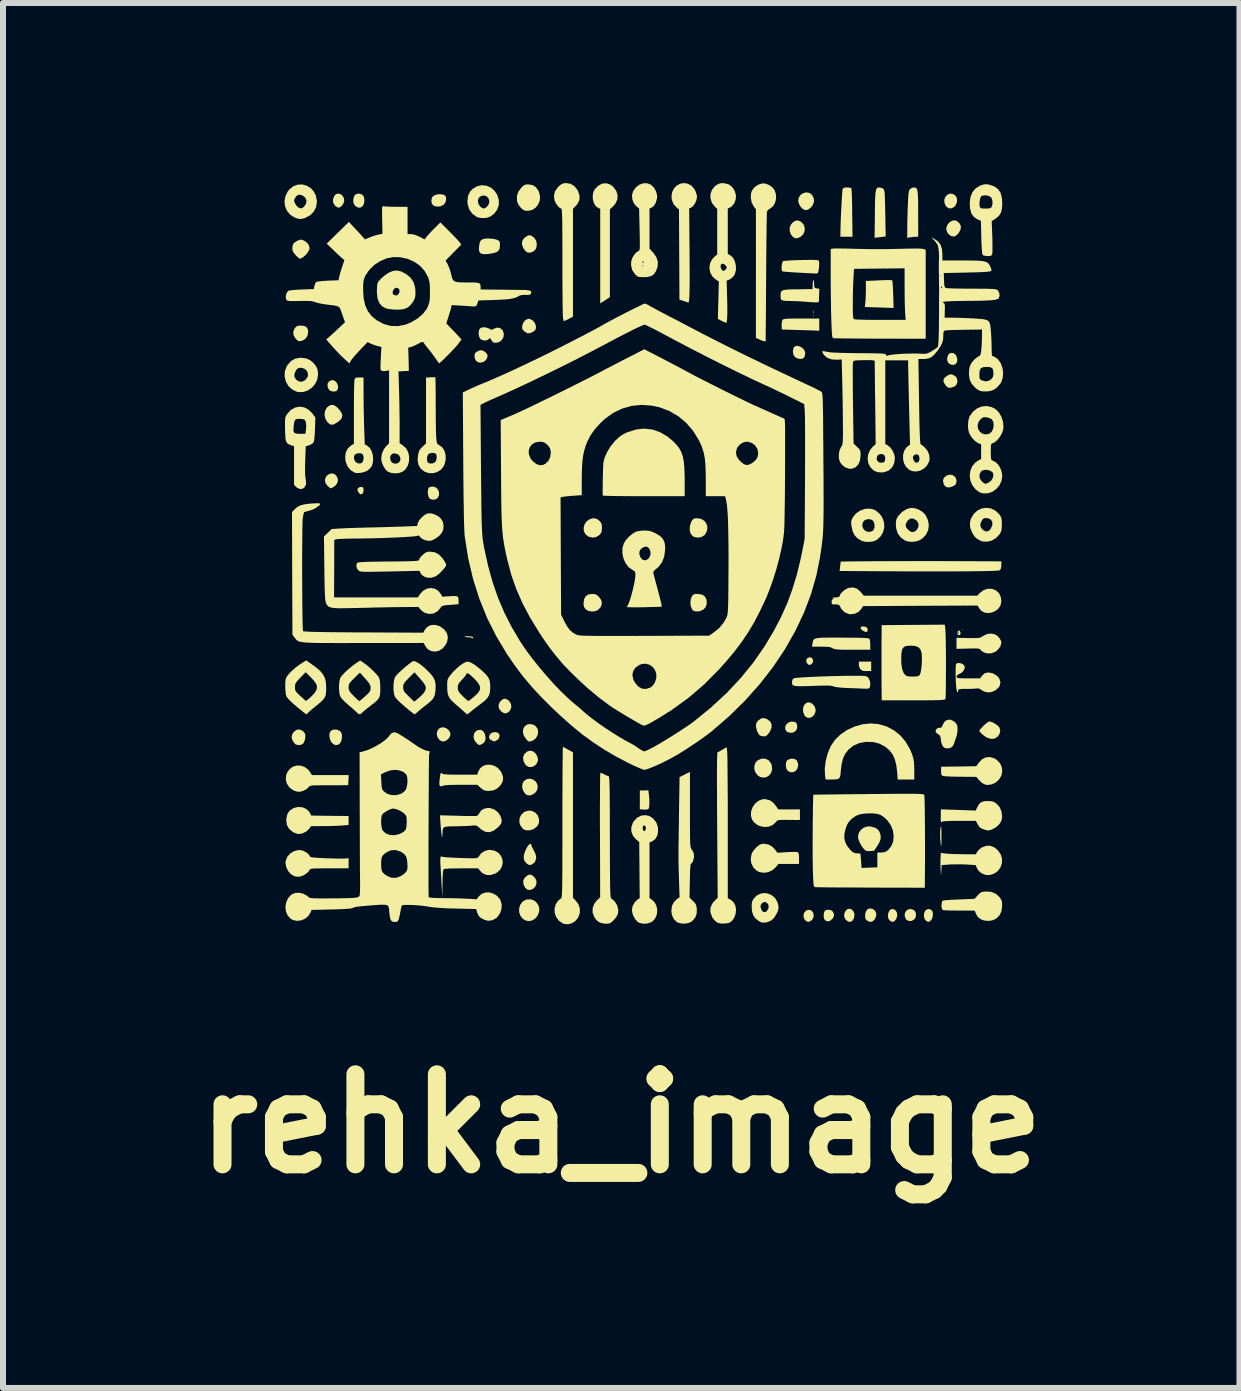
<source format=kicad_pcb>
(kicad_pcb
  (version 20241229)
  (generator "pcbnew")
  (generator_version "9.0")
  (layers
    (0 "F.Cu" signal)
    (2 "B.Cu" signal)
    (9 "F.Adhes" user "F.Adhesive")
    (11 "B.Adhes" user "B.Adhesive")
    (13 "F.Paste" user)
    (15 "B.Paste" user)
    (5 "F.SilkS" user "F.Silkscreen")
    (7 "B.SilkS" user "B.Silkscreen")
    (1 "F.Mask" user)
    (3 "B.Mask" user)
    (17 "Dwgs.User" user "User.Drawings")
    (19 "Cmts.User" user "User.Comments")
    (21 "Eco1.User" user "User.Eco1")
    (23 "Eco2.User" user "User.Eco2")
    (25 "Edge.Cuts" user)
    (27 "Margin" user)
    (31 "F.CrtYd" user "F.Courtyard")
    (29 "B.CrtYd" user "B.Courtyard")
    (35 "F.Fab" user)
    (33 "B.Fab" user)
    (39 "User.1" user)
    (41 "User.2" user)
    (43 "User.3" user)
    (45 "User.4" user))
  (footprint "rehka_image"
    (layer "F.Cu")
    (at 7.8 6.17)
    (property "Reference" "rehka_image" (at -0.5 9.5 0) (layer "F.SilkS") (effects (font (size 1.5 1.5) (thickness 0.3))))
    (attr board_only exclude_from_pos_files exclude_from_bom)
    (fp_poly (pts (xy 2.711 -3.965) (xy 2.704 -3.957) (xy 2.697 -3.965) (xy 2.704 -3.972)) (stroke (width 0) (type solid)) (fill yes) (layer "F.SilkS"))
    (fp_poly (pts (xy 5.188 1.268) (xy 5.181 1.275) (xy 5.174 1.268) (xy 5.181 1.26)) (stroke (width 0) (type solid)) (fill yes) (layer "F.SilkS"))
    (fp_poly (pts (xy 2.706 -4.044) (xy 2.707 -4.041) (xy 2.709 -4.009) (xy 2.706 -3.997) (xy 2.702 -3.997) (xy 2.7 -4.02) (xy 2.7 -4.023) (xy 2.702 -4.046)) (stroke (width 0) (type solid)) (fill yes) (layer "F.SilkS"))
    (fp_poly (pts (xy 3.574 1.223) (xy 3.6 1.244) (xy 3.606 1.269) (xy 3.6 1.301) (xy 3.581 1.31) (xy 3.547 1.299) (xy 3.509 1.276) (xy 3.49 1.251) (xy 3.49 1.229) (xy 3.512 1.217) (xy 3.524 1.217)) (stroke (width 0) (type solid)) (fill yes) (layer "F.SilkS"))
    (fp_poly (pts (xy 2.656 1.732) (xy 2.683 1.748) (xy 2.696 1.78) (xy 2.693 1.815) (xy 2.673 1.842) (xy 2.644 1.859) (xy 2.621 1.854) (xy 2.603 1.838) (xy 2.582 1.802) (xy 2.585 1.766) (xy 2.609 1.74) (xy 2.649 1.731)) (stroke (width 0) (type solid)) (fill yes) (layer "F.SilkS"))
    (fp_poly (pts (xy 3.664 1.881) (xy 3.664 1.959) (xy 3.602 1.96) (xy 3.558 1.96) (xy 3.524 1.956) (xy 3.518 1.954) (xy 3.48 1.926) (xy 3.461 1.877) (xy 3.459 1.851) (xy 3.459 1.803) (xy 3.562 1.803) (xy 3.664 1.803)) (stroke (width 0) (type solid)) (fill yes) (layer "F.SilkS"))
    (fp_poly (pts (xy -0.039 4.022) (xy -0.032 4.094) (xy -0.031 4.161) (xy -0.034 4.216) (xy -0.041 4.25) (xy -0.058 4.264) (xy -0.094 4.269) (xy -0.121 4.268) (xy -0.191 4.263) (xy -0.19 4.107) (xy -0.19 3.95) (xy -0.119 3.949) (xy -0.048 3.947)) (stroke (width 0) (type solid)) (fill yes) (layer "F.SilkS"))
    (fp_poly (pts (xy -4.798 -1.094) (xy -4.793 -1.06) (xy -4.793 -1.049) (xy -4.8 -1.008) (xy -4.816 -0.991) (xy -4.838 -0.984) (xy -4.851 -0.988) (xy -4.871 -1.009) (xy -4.871 -1.009) (xy -4.894 -1.047) (xy -4.892 -1.079) (xy -4.866 -1.101) (xy -4.855 -1.104) (xy -4.817 -1.107)) (stroke (width 0) (type solid)) (fill yes) (layer "F.SilkS"))
    (fp_poly (pts (xy -3.015 1.382) (xy -2.981 1.39) (xy -2.965 1.401) (xy -2.973 1.413) (xy -2.993 1.412) (xy -2.998 1.406) (xy -3.018 1.396) (xy -3.027 1.398) (xy -3.054 1.399) (xy -3.088 1.393) (xy -3.11 1.385) (xy -3.109 1.381) (xy -3.083 1.38) (xy -3.063 1.379)) (stroke (width 0) (type solid)) (fill yes) (layer "F.SilkS"))
    (fp_poly (pts (xy 3.681 5.92) (xy 3.687 5.922) (xy 3.728 5.951) (xy 3.749 5.995) (xy 3.746 6.047) (xy 3.722 6.099) (xy 3.684 6.133) (xy 3.64 6.139) (xy 3.594 6.118) (xy 3.568 6.086) (xy 3.562 6.046) (xy 3.57 5.981) (xy 3.595 5.936) (xy 3.632 5.915)) (stroke (width 0) (type solid)) (fill yes) (layer "F.SilkS"))
    (fp_poly (pts (xy -5.268 -2.874) (xy -5.238 -2.842) (xy -5.22 -2.798) (xy -5.217 -2.753) (xy -5.234 -2.716) (xy -5.235 -2.714) (xy -5.27 -2.698) (xy -5.314 -2.698) (xy -5.354 -2.714) (xy -5.371 -2.729) (xy -5.393 -2.78) (xy -5.392 -2.827) (xy -5.37 -2.864) (xy -5.33 -2.885) (xy -5.307 -2.887)) (stroke (width 0) (type solid)) (fill yes) (layer "F.SilkS"))
    (fp_poly (pts (xy 2.383 2.806) (xy 2.405 2.815) (xy 2.427 2.841) (xy 2.433 2.882) (xy 2.425 2.926) (xy 2.404 2.961) (xy 2.364 2.984) (xy 2.315 2.989) (xy 2.27 2.977) (xy 2.252 2.963) (xy 2.231 2.923) (xy 2.233 2.881) (xy 2.254 2.844) (xy 2.29 2.816) (xy 2.334 2.801)) (stroke (width 0) (type solid)) (fill yes) (layer "F.SilkS"))
    (fp_poly (pts (xy 2.666 5.948) (xy 2.694 5.979) (xy 2.706 6.021) (xy 2.702 6.066) (xy 2.679 6.106) (xy 2.663 6.119) (xy 2.624 6.139) (xy 2.591 6.133) (xy 2.565 6.112) (xy 2.54 6.071) (xy 2.537 6.024) (xy 2.551 5.981) (xy 2.581 5.949) (xy 2.623 5.936) (xy 2.624 5.936)) (stroke (width 0) (type solid)) (fill yes) (layer "F.SilkS"))
    (fp_poly (pts (xy 3.002 5.947) (xy 3.026 5.969) (xy 3.046 6.012) (xy 3.04 6.053) (xy 3.02 6.086) (xy 2.979 6.122) (xy 2.936 6.131) (xy 2.903 6.117) (xy 2.881 6.091) (xy 2.873 6.051) (xy 2.873 6.033) (xy 2.878 5.98) (xy 2.898 5.949) (xy 2.936 5.937) (xy 2.955 5.936)) (stroke (width 0) (type solid)) (fill yes) (layer "F.SilkS"))
    (fp_poly (pts (xy 3.336 5.929) (xy 3.366 5.958) (xy 3.384 6.002) (xy 3.386 6.025) (xy 3.376 6.081) (xy 3.352 6.12) (xy 3.318 6.139) (xy 3.279 6.134) (xy 3.242 6.104) (xy 3.24 6.103) (xy 3.215 6.057) (xy 3.214 6.012) (xy 3.232 5.965) (xy 3.262 5.93) (xy 3.299 5.919)) (stroke (width 0) (type solid)) (fill yes) (layer "F.SilkS"))
    (fp_poly (pts (xy 4.036 5.927) (xy 4.073 5.949) (xy 4.094 5.989) (xy 4.098 6.038) (xy 4.083 6.087) (xy 4.064 6.115) (xy 4.036 6.138) (xy 4.006 6.136) (xy 3.975 6.118) (xy 3.951 6.085) (xy 3.942 6.038) (xy 3.95 5.988) (xy 3.969 5.95) (xy 3.997 5.926) (xy 4.032 5.926)) (stroke (width 0) (type solid)) (fill yes) (layer "F.SilkS"))
    (fp_poly (pts (xy 4.369 5.938) (xy 4.379 5.944) (xy 4.405 5.978) (xy 4.412 6.024) (xy 4.401 6.071) (xy 4.382 6.097) (xy 4.341 6.122) (xy 4.296 6.125) (xy 4.256 6.107) (xy 4.244 6.094) (xy 4.223 6.044) (xy 4.224 5.997) (xy 4.245 5.958) (xy 4.278 5.932) (xy 4.322 5.923)) (stroke (width 0) (type solid)) (fill yes) (layer "F.SilkS"))
    (fp_poly (pts (xy 5.044 -3.333) (xy 5.073 -3.306) (xy 5.084 -3.288) (xy 5.099 -3.237) (xy 5.095 -3.188) (xy 5.077 -3.16) (xy 5.041 -3.14) (xy 4.996 -3.145) (xy 4.973 -3.154) (xy 4.943 -3.182) (xy 4.93 -3.222) (xy 4.932 -3.266) (xy 4.947 -3.307) (xy 4.974 -3.334) (xy 5.002 -3.341)) (stroke (width 0) (type solid)) (fill yes) (layer "F.SilkS"))
    (fp_poly (pts (xy -5.177 -5.986) (xy -5.143 -5.959) (xy -5.12 -5.918) (xy -5.115 -5.881) (xy -5.125 -5.837) (xy -5.151 -5.796) (xy -5.184 -5.768) (xy -5.21 -5.76) (xy -5.236 -5.77) (xy -5.267 -5.794) (xy -5.27 -5.796) (xy -5.3 -5.844) (xy -5.302 -5.901) (xy -5.283 -5.951) (xy -5.254 -5.985) (xy -5.216 -5.995)) (stroke (width 0) (type solid)) (fill yes) (layer "F.SilkS"))
    (fp_poly (pts (xy -3.411 2.915) (xy -3.372 2.948) (xy -3.346 2.993) (xy -3.348 3.04) (xy -3.38 3.089) (xy -3.385 3.094) (xy -3.433 3.128) (xy -3.481 3.134) (xy -3.526 3.11) (xy -3.529 3.107) (xy -3.562 3.06) (xy -3.574 3.008) (xy -3.564 2.958) (xy -3.534 2.918) (xy -3.515 2.906) (xy -3.464 2.896)) (stroke (width 0) (type solid)) (fill yes) (layer "F.SilkS"))
    (fp_poly (pts (xy -2.385 2.443) (xy -2.369 2.457) (xy -2.337 2.507) (xy -2.331 2.562) (xy -2.351 2.613) (xy -2.366 2.632) (xy -2.409 2.662) (xy -2.452 2.663) (xy -2.497 2.635) (xy -2.498 2.635) (xy -2.536 2.586) (xy -2.545 2.534) (xy -2.526 2.481) (xy -2.514 2.465) (xy -2.471 2.428) (xy -2.429 2.421)) (stroke (width 0) (type solid)) (fill yes) (layer "F.SilkS"))
    (fp_poly (pts (xy -1.971 3.766) (xy -1.928 3.797) (xy -1.899 3.843) (xy -1.891 3.891) (xy -1.902 3.943) (xy -1.932 3.986) (xy -1.973 4.016) (xy -2.02 4.032) (xy -2.066 4.028) (xy -2.1 4.005) (xy -2.137 3.947) (xy -2.152 3.886) (xy -2.142 3.828) (xy -2.119 3.791) (xy -2.073 3.76) (xy -2.022 3.753)) (stroke (width 0) (type solid)) (fill yes) (layer "F.SilkS"))
    (fp_poly (pts (xy 2.387 3.423) (xy 2.425 3.45) (xy 2.445 3.499) (xy 2.448 3.531) (xy 2.436 3.584) (xy 2.407 3.623) (xy 2.366 3.645) (xy 2.321 3.647) (xy 2.277 3.625) (xy 2.272 3.62) (xy 2.249 3.581) (xy 2.242 3.527) (xy 2.248 3.474) (xy 2.27 3.442) (xy 2.312 3.424) (xy 2.335 3.42)) (stroke (width 0) (type solid)) (fill yes) (layer "F.SilkS"))
    (fp_poly (pts (xy 5.013 -1.308) (xy 5.055 -1.283) (xy 5.081 -1.242) (xy 5.086 -1.212) (xy 5.081 -1.167) (xy 5.063 -1.14) (xy 5.023 -1.117) (xy 5.023 -1.117) (xy 4.962 -1.099) (xy 4.916 -1.105) (xy 4.882 -1.136) (xy 4.875 -1.149) (xy 4.86 -1.207) (xy 4.872 -1.255) (xy 4.91 -1.291) (xy 4.962 -1.311)) (stroke (width 0) (type solid)) (fill yes) (layer "F.SilkS"))
    (fp_poly (pts (xy 5.04 -5.983) (xy 5.076 -5.951) (xy 5.094 -5.906) (xy 5.093 -5.854) (xy 5.072 -5.802) (xy 5.055 -5.78) (xy 5.011 -5.751) (xy 4.964 -5.748) (xy 4.921 -5.773) (xy 4.911 -5.784) (xy 4.886 -5.835) (xy 4.882 -5.888) (xy 4.898 -5.937) (xy 4.93 -5.974) (xy 4.975 -5.993) (xy 4.991 -5.995)) (stroke (width 0) (type solid)) (fill yes) (layer "F.SilkS"))
    (fp_poly (pts (xy -4.823 -5.983) (xy -4.791 -5.949) (xy -4.778 -5.893) (xy -4.778 -5.883) (xy -4.787 -5.824) (xy -4.812 -5.782) (xy -4.848 -5.761) (xy -4.888 -5.762) (xy -4.929 -5.788) (xy -4.94 -5.8) (xy -4.962 -5.841) (xy -4.965 -5.887) (xy -4.964 -5.896) (xy -4.95 -5.952) (xy -4.925 -5.983) (xy -4.884 -5.994) (xy -4.874 -5.995)) (stroke (width 0) (type solid)) (fill yes) (layer "F.SilkS"))
    (fp_poly (pts (xy -3.592 -1.101) (xy -3.556 -1.068) (xy -3.536 -1.022) (xy -3.536 -0.971) (xy -3.555 -0.927) (xy -3.589 -0.901) (xy -3.634 -0.894) (xy -3.678 -0.905) (xy -3.699 -0.921) (xy -3.714 -0.953) (xy -3.722 -1) (xy -3.721 -1.048) (xy -3.712 -1.086) (xy -3.705 -1.096) (xy -3.679 -1.109) (xy -3.64 -1.114) (xy -3.64 -1.114)) (stroke (width 0) (type solid)) (fill yes) (layer "F.SilkS"))
    (fp_poly (pts (xy -3.467 -5.978) (xy -3.433 -5.962) (xy -3.418 -5.932) (xy -3.418 -5.888) (xy -3.432 -5.842) (xy -3.463 -5.806) (xy -3.511 -5.783) (xy -3.566 -5.777) (xy -3.617 -5.789) (xy -3.632 -5.798) (xy -3.657 -5.831) (xy -3.664 -5.879) (xy -3.653 -5.928) (xy -3.65 -5.935) (xy -3.62 -5.963) (xy -3.573 -5.98) (xy -3.519 -5.985)) (stroke (width 0) (type solid)) (fill yes) (layer "F.SilkS"))
    (fp_poly (pts (xy -2.802 2.96) (xy -2.773 3.005) (xy -2.769 3.017) (xy -2.759 3.085) (xy -2.773 3.136) (xy -2.811 3.172) (xy -2.814 3.173) (xy -2.848 3.189) (xy -2.87 3.192) (xy -2.891 3.178) (xy -2.918 3.152) (xy -2.95 3.104) (xy -2.961 3.051) (xy -2.951 3.001) (xy -2.921 2.961) (xy -2.894 2.946) (xy -2.843 2.939)) (stroke (width 0) (type solid)) (fill yes) (layer "F.SilkS"))
    (fp_poly (pts (xy -2.794 -3.375) (xy -2.757 -3.347) (xy -2.732 -3.313) (xy -2.726 -3.291) (xy -2.735 -3.256) (xy -2.756 -3.219) (xy -2.757 -3.219) (xy -2.795 -3.19) (xy -2.842 -3.178) (xy -2.889 -3.186) (xy -2.923 -3.213) (xy -2.941 -3.255) (xy -2.945 -3.302) (xy -2.935 -3.336) (xy -2.906 -3.36) (xy -2.865 -3.38) (xy -2.832 -3.386)) (stroke (width 0) (type solid)) (fill yes) (layer "F.SilkS"))
    (fp_poly (pts (xy 1.903 3.421) (xy 1.956 3.447) (xy 1.995 3.497) (xy 2.008 3.533) (xy 2.014 3.598) (xy 1.998 3.655) (xy 1.964 3.699) (xy 1.918 3.728) (xy 1.865 3.736) (xy 1.809 3.722) (xy 1.775 3.7) (xy 1.736 3.651) (xy 1.717 3.593) (xy 1.719 3.534) (xy 1.74 3.481) (xy 1.779 3.443) (xy 1.842 3.419)) (stroke (width 0) (type solid)) (fill yes) (layer "F.SilkS"))
    (fp_poly (pts (xy 2.481 -3.446) (xy 2.521 -3.421) (xy 2.551 -3.386) (xy 2.565 -3.345) (xy 2.565 -3.339) (xy 2.56 -3.297) (xy 2.55 -3.267) (xy 2.523 -3.245) (xy 2.481 -3.239) (xy 2.435 -3.249) (xy 2.398 -3.269) (xy 2.369 -3.31) (xy 2.359 -3.363) (xy 2.369 -3.418) (xy 2.375 -3.431) (xy 2.401 -3.454) (xy 2.439 -3.458)) (stroke (width 0) (type solid)) (fill yes) (layer "F.SilkS"))
    (fp_poly (pts (xy 2.678 2.501) (xy 2.68 2.502) (xy 2.722 2.549) (xy 2.739 2.605) (xy 2.735 2.644) (xy 2.713 2.692) (xy 2.677 2.725) (xy 2.635 2.741) (xy 2.593 2.736) (xy 2.56 2.709) (xy 2.558 2.707) (xy 2.533 2.652) (xy 2.527 2.598) (xy 2.537 2.549) (xy 2.56 2.51) (xy 2.593 2.486) (xy 2.633 2.481)) (stroke (width 0) (type solid)) (fill yes) (layer "F.SilkS"))
    (fp_poly (pts (xy 4.651 5.93) (xy 4.682 5.958) (xy 4.684 5.963) (xy 4.693 6.006) (xy 4.688 6.056) (xy 4.67 6.101) (xy 4.651 6.122) (xy 4.627 6.138) (xy 4.607 6.137) (xy 4.578 6.119) (xy 4.576 6.118) (xy 4.552 6.086) (xy 4.542 6.039) (xy 4.547 5.99) (xy 4.566 5.95) (xy 4.572 5.944) (xy 4.611 5.925)) (stroke (width 0) (type solid)) (fill yes) (layer "F.SilkS"))
    (fp_poly (pts (xy 5.018 -2.979) (xy 5.038 -2.97) (xy 5.078 -2.942) (xy 5.096 -2.904) (xy 5.101 -2.859) (xy 5.087 -2.813) (xy 5.049 -2.778) (xy 4.995 -2.761) (xy 4.959 -2.759) (xy 4.932 -2.771) (xy 4.905 -2.799) (xy 4.873 -2.849) (xy 4.868 -2.892) (xy 4.891 -2.931) (xy 4.942 -2.967) (xy 4.956 -2.974) (xy 4.988 -2.985)) (stroke (width 0) (type solid)) (fill yes) (layer "F.SilkS"))
    (fp_poly (pts (xy 5.085 -5.541) (xy 5.135 -5.501) (xy 5.159 -5.452) (xy 5.154 -5.397) (xy 5.123 -5.339) (xy 5.114 -5.328) (xy 5.075 -5.291) (xy 5.041 -5.278) (xy 5.001 -5.287) (xy 4.984 -5.295) (xy 4.94 -5.332) (xy 4.918 -5.384) (xy 4.917 -5.43) (xy 4.938 -5.481) (xy 4.974 -5.521) (xy 5.018 -5.545) (xy 5.064 -5.548)) (stroke (width 0) (type solid)) (fill yes) (layer "F.SilkS"))
    (fp_poly (pts (xy -5.813 2.953) (xy -5.794 2.969) (xy -5.77 2.998) (xy -5.762 3.029) (xy -5.764 3.072) (xy -5.774 3.119) (xy -5.791 3.158) (xy -5.797 3.166) (xy -5.834 3.189) (xy -5.88 3.194) (xy -5.923 3.183) (xy -5.939 3.17) (xy -5.98 3.111) (xy -5.992 3.058) (xy -5.978 3.007) (xy -5.957 2.976) (xy -5.911 2.94) (xy -5.862 2.932)) (stroke (width 0) (type solid)) (fill yes) (layer "F.SilkS"))
    (fp_poly (pts (xy -5.774 -3.788) (xy -5.736 -3.763) (xy -5.718 -3.719) (xy -5.716 -3.688) (xy -5.728 -3.623) (xy -5.762 -3.574) (xy -5.807 -3.548) (xy -5.848 -3.536) (xy -5.875 -3.537) (xy -5.901 -3.554) (xy -5.922 -3.575) (xy -5.957 -3.628) (xy -5.965 -3.686) (xy -5.945 -3.743) (xy -5.935 -3.757) (xy -5.91 -3.782) (xy -5.879 -3.794) (xy -5.835 -3.796)) (stroke (width 0) (type solid)) (fill yes) (layer "F.SilkS"))
    (fp_poly (pts (xy -5.262 -1.31) (xy -5.248 -1.295) (xy -5.223 -1.25) (xy -5.221 -1.204) (xy -5.235 -1.165) (xy -5.258 -1.134) (xy -5.294 -1.105) (xy -5.33 -1.087) (xy -5.343 -1.085) (xy -5.358 -1.094) (xy -5.385 -1.118) (xy -5.395 -1.127) (xy -5.43 -1.178) (xy -5.437 -1.231) (xy -5.416 -1.281) (xy -5.402 -1.298) (xy -5.355 -1.328) (xy -5.306 -1.332)) (stroke (width 0) (type solid)) (fill yes) (layer "F.SilkS"))
    (fp_poly (pts (xy -5.195 2.953) (xy -5.186 2.959) (xy -5.163 2.987) (xy -5.153 3.026) (xy -5.152 3.052) (xy -5.161 3.117) (xy -5.185 3.164) (xy -5.22 3.19) (xy -5.265 3.192) (xy -5.295 3.179) (xy -5.329 3.146) (xy -5.352 3.097) (xy -5.363 3.043) (xy -5.359 2.993) (xy -5.338 2.956) (xy -5.338 2.956) (xy -5.295 2.935) (xy -5.244 2.934)) (stroke (width 0) (type solid)) (fill yes) (layer "F.SilkS"))
    (fp_poly (pts (xy -2.014 -5.299) (xy -1.993 -5.291) (xy -1.947 -5.257) (xy -1.917 -5.207) (xy -1.906 -5.148) (xy -1.916 -5.089) (xy -1.928 -5.064) (xy -1.966 -5.029) (xy -2.015 -5.01) (xy -2.063 -5.014) (xy -2.098 -5.04) (xy -2.13 -5.084) (xy -2.15 -5.135) (xy -2.154 -5.166) (xy -2.146 -5.213) (xy -2.118 -5.252) (xy -2.077 -5.283) (xy -2.044 -5.3)) (stroke (width 0) (type solid)) (fill yes) (layer "F.SilkS"))
    (fp_poly (pts (xy -1.985 5.362) (xy -1.948 5.393) (xy -1.92 5.434) (xy -1.912 5.46) (xy -1.914 5.51) (xy -1.935 5.556) (xy -1.971 5.59) (xy -2.014 5.608) (xy -2.058 5.604) (xy -2.07 5.598) (xy -2.105 5.563) (xy -2.128 5.513) (xy -2.134 5.461) (xy -2.132 5.451) (xy -2.112 5.41) (xy -2.077 5.374) (xy -2.038 5.352) (xy -2.021 5.35)) (stroke (width 0) (type solid)) (fill yes) (layer "F.SilkS"))
    (fp_poly (pts (xy -1.974 -3.881) (xy -1.937 -3.836) (xy -1.92 -3.781) (xy -1.92 -3.773) (xy -1.925 -3.734) (xy -1.947 -3.708) (xy -1.968 -3.693) (xy -2.022 -3.669) (xy -2.067 -3.669) (xy -2.111 -3.696) (xy -2.118 -3.702) (xy -2.145 -3.732) (xy -2.152 -3.764) (xy -2.149 -3.793) (xy -2.131 -3.846) (xy -2.097 -3.886) (xy -2.056 -3.907) (xy -2.024 -3.907)) (stroke (width 0) (type solid)) (fill yes) (layer "F.SilkS"))
    (fp_poly (pts (xy -1.97 3.297) (xy -1.967 3.299) (xy -1.927 3.333) (xy -1.898 3.382) (xy -1.886 3.432) (xy -1.887 3.451) (xy -1.908 3.503) (xy -1.946 3.54) (xy -1.992 3.559) (xy -2.04 3.559) (xy -2.083 3.536) (xy -2.094 3.523) (xy -2.127 3.465) (xy -2.136 3.406) (xy -2.121 3.354) (xy -2.115 3.344) (xy -2.07 3.302) (xy -2.02 3.286)) (stroke (width 0) (type solid)) (fill yes) (layer "F.SilkS"))
    (fp_poly (pts (xy -1.961 2.855) (xy -1.925 2.879) (xy -1.893 2.923) (xy -1.884 2.976) (xy -1.895 3.031) (xy -1.923 3.08) (xy -1.968 3.115) (xy -1.982 3.121) (xy -2.02 3.133) (xy -2.043 3.133) (xy -2.062 3.119) (xy -2.077 3.104) (xy -2.122 3.039) (xy -2.139 2.976) (xy -2.13 2.916) (xy -2.109 2.882) (xy -2.068 2.851) (xy -2.016 2.842)) (stroke (width 0) (type solid)) (fill yes) (layer "F.SilkS"))
    (fp_poly (pts (xy 2.446 -5.547) (xy 2.502 -5.521) (xy 2.539 -5.478) (xy 2.557 -5.425) (xy 2.555 -5.369) (xy 2.532 -5.317) (xy 2.488 -5.275) (xy 2.477 -5.269) (xy 2.433 -5.251) (xy 2.399 -5.251) (xy 2.365 -5.268) (xy 2.328 -5.311) (xy 2.307 -5.368) (xy 2.307 -5.429) (xy 2.327 -5.478) (xy 2.362 -5.518) (xy 2.404 -5.544) (xy 2.446 -5.548)) (stroke (width 0) (type solid)) (fill yes) (layer "F.SilkS"))
    (fp_poly (pts (xy 2.636 -6.005) (xy 2.677 -5.974) (xy 2.708 -5.918) (xy 2.712 -5.858) (xy 2.688 -5.799) (xy 2.662 -5.766) (xy 2.617 -5.729) (xy 2.577 -5.718) (xy 2.537 -5.731) (xy 2.524 -5.739) (xy 2.488 -5.776) (xy 2.46 -5.825) (xy 2.448 -5.872) (xy 2.448 -5.876) (xy 2.46 -5.932) (xy 2.491 -5.976) (xy 2.535 -6.004) (xy 2.586 -6.015)) (stroke (width 0) (type solid)) (fill yes) (layer "F.SilkS"))
    (fp_poly (pts (xy 5.141 1.294) (xy 5.154 1.324) (xy 5.149 1.351) (xy 5.129 1.363) (xy 5.127 1.363) (xy 5.106 1.353) (xy 5.101 1.327) (xy 5.102 1.319) (xy 5.117 1.319) (xy 5.12 1.34) (xy 5.125 1.337) (xy 5.127 1.307) (xy 5.125 1.301) (xy 5.12 1.299) (xy 5.117 1.319) (xy 5.102 1.319) (xy 5.107 1.294) (xy 5.122 1.282)) (stroke (width 0) (type solid)) (fill yes) (layer "F.SilkS"))
    (fp_poly (pts (xy -5.288 -2.471) (xy -5.241 -2.441) (xy -5.215 -2.415) (xy -5.168 -2.355) (xy -5.147 -2.305) (xy -5.153 -2.26) (xy -5.186 -2.217) (xy -5.228 -2.185) (xy -5.282 -2.153) (xy -5.322 -2.143) (xy -5.356 -2.152) (xy -5.39 -2.183) (xy -5.393 -2.185) (xy -5.429 -2.243) (xy -5.443 -2.308) (xy -5.435 -2.372) (xy -5.406 -2.427) (xy -5.377 -2.453) (xy -5.331 -2.475)) (stroke (width 0) (type solid)) (fill yes) (layer "F.SilkS"))
    (fp_poly (pts (xy -2.558 2.986) (xy -2.532 3.011) (xy -2.528 3.02) (xy -2.528 3.049) (xy -2.54 3.081) (xy -2.557 3.106) (xy -2.576 3.116) (xy -2.58 3.114) (xy -2.593 3.116) (xy -2.594 3.121) (xy -2.599 3.134) (xy -2.618 3.132) (xy -2.653 3.118) (xy -2.689 3.096) (xy -2.703 3.071) (xy -2.698 3.036) (xy -2.676 3.002) (xy -2.64 2.982) (xy -2.598 2.977)) (stroke (width 0) (type solid)) (fill yes) (layer "F.SilkS"))
    (fp_poly (pts (xy -0.939 0.678) (xy -0.904 0.694) (xy -0.871 0.724) (xy -0.832 0.779) (xy -0.822 0.836) (xy -0.84 0.892) (xy -0.885 0.941) (xy -0.931 0.963) (xy -0.99 0.968) (xy -1.047 0.958) (xy -1.092 0.932) (xy -1.093 0.931) (xy -1.12 0.892) (xy -1.129 0.841) (xy -1.129 0.835) (xy -1.119 0.763) (xy -1.091 0.712) (xy -1.044 0.683) (xy -0.984 0.675)) (stroke (width 0) (type solid)) (fill yes) (layer "F.SilkS"))
    (fp_poly (pts (xy 0.835 -0.574) (xy 0.886 -0.541) (xy 0.921 -0.493) (xy 0.936 -0.436) (xy 0.929 -0.375) (xy 0.898 -0.318) (xy 0.884 -0.302) (xy 0.837 -0.273) (xy 0.778 -0.263) (xy 0.721 -0.272) (xy 0.693 -0.286) (xy 0.658 -0.327) (xy 0.641 -0.384) (xy 0.643 -0.45) (xy 0.662 -0.516) (xy 0.681 -0.551) (xy 0.703 -0.575) (xy 0.735 -0.585) (xy 0.769 -0.586)) (stroke (width 0) (type solid)) (fill yes) (layer "F.SilkS"))
    (fp_poly (pts (xy 4.832 4.563) (xy 4.834 4.604) (xy 4.835 4.671) (xy 4.835 4.694) (xy 4.835 4.764) (xy 4.835 4.822) (xy 4.833 4.863) (xy 4.831 4.88) (xy 4.831 4.881) (xy 4.827 4.867) (xy 4.822 4.831) (xy 4.817 4.78) (xy 4.815 4.76) (xy 4.813 4.693) (xy 4.814 4.628) (xy 4.819 4.578) (xy 4.82 4.573) (xy 4.825 4.55) (xy 4.829 4.546)) (stroke (width 0) (type solid)) (fill yes) (layer "F.SilkS"))
    (fp_poly (pts (xy -1.985 4.291) (xy -1.931 4.319) (xy -1.891 4.365) (xy -1.87 4.425) (xy -1.869 4.449) (xy -1.873 4.497) (xy -1.892 4.534) (xy -1.915 4.56) (xy -1.965 4.595) (xy -2.023 4.613) (xy -2.081 4.614) (xy -2.129 4.596) (xy -2.134 4.592) (xy -2.178 4.538) (xy -2.198 4.477) (xy -2.194 4.413) (xy -2.167 4.355) (xy -2.118 4.309) (xy -2.107 4.303) (xy -2.045 4.284)) (stroke (width 0) (type solid)) (fill yes) (layer "F.SilkS"))
    (fp_poly (pts (xy -1.948 5.785) (xy -1.915 5.813) (xy -1.878 5.866) (xy -1.864 5.923) (xy -1.87 5.98) (xy -1.893 6.033) (xy -1.928 6.078) (xy -1.974 6.11) (xy -2.025 6.126) (xy -2.08 6.121) (xy -2.135 6.092) (xy -2.138 6.089) (xy -2.18 6.038) (xy -2.201 5.977) (xy -2.201 5.914) (xy -2.183 5.855) (xy -2.148 5.806) (xy -2.097 5.773) (xy -2.072 5.766) (xy -2.004 5.763)) (stroke (width 0) (type solid)) (fill yes) (layer "F.SilkS"))
    (fp_poly (pts (xy 1.935 2.763) (xy 1.935 2.763) (xy 1.983 2.801) (xy 2.006 2.852) (xy 2.003 2.911) (xy 1.973 2.975) (xy 1.964 2.988) (xy 1.933 3.026) (xy 1.906 3.044) (xy 1.872 3.049) (xy 1.871 3.049) (xy 1.828 3.041) (xy 1.799 3.023) (xy 1.765 2.968) (xy 1.746 2.898) (xy 1.744 2.866) (xy 1.752 2.823) (xy 1.781 2.786) (xy 1.789 2.779) (xy 1.836 2.748) (xy 1.882 2.743)) (stroke (width 0) (type solid)) (fill yes) (layer "F.SilkS"))
    (fp_poly (pts (xy -1.999 4.841) (xy -1.999 4.849) (xy -1.997 4.868) (xy -1.981 4.903) (xy -1.961 4.939) (xy -1.925 5.014) (xy -1.916 5.079) (xy -1.935 5.134) (xy -1.949 5.152) (xy -1.992 5.186) (xy -2.03 5.193) (xy -2.07 5.171) (xy -2.083 5.159) (xy -2.115 5.118) (xy -2.125 5.07) (xy -2.125 5.06) (xy -2.119 5.014) (xy -2.101 4.961) (xy -2.077 4.909) (xy -2.051 4.867) (xy -2.025 4.842) (xy -2.017 4.839)) (stroke (width 0) (type solid)) (fill yes) (layer "F.SilkS"))
    (fp_poly (pts (xy -0.902 -0.573) (xy -0.864 -0.543) (xy -0.837 -0.512) (xy -0.824 -0.478) (xy -0.821 -0.43) (xy -0.821 -0.425) (xy -0.824 -0.375) (xy -0.835 -0.341) (xy -0.861 -0.309) (xy -0.864 -0.307) (xy -0.916 -0.273) (xy -0.979 -0.263) (xy -1.042 -0.279) (xy -1.054 -0.284) (xy -1.1 -0.324) (xy -1.123 -0.374) (xy -1.126 -0.429) (xy -1.111 -0.483) (xy -1.079 -0.531) (xy -1.032 -0.567) (xy -0.973 -0.585) (xy -0.952 -0.586)) (stroke (width 0) (type solid)) (fill yes) (layer "F.SilkS"))
    (fp_poly (pts (xy 0.773 0.675) (xy 0.843 0.685) (xy 0.892 0.716) (xy 0.92 0.767) (xy 0.921 0.77) (xy 0.926 0.836) (xy 0.907 0.894) (xy 0.866 0.938) (xy 0.807 0.963) (xy 0.768 0.967) (xy 0.724 0.964) (xy 0.696 0.95) (xy 0.678 0.928) (xy 0.66 0.882) (xy 0.652 0.825) (xy 0.652 0.821) (xy 0.659 0.763) (xy 0.677 0.716) (xy 0.678 0.714) (xy 0.699 0.689) (xy 0.726 0.677) (xy 0.77 0.675)) (stroke (width 0) (type solid)) (fill yes) (layer "F.SilkS"))
    (fp_poly (pts (xy 2.799 -3.811) (xy 2.799 -3.708) (xy 2.759 -3.711) (xy 2.732 -3.713) (xy 2.681 -3.715) (xy 2.611 -3.717) (xy 2.529 -3.72) (xy 2.448 -3.722) (xy 2.177 -3.73) (xy 2.172 -3.792) (xy 2.173 -3.838) (xy 2.181 -3.877) (xy 2.184 -3.883) (xy 2.19 -3.894) (xy 2.201 -3.901) (xy 2.219 -3.906) (xy 2.249 -3.91) (xy 2.294 -3.912) (xy 2.359 -3.913) (xy 2.448 -3.913) (xy 2.499 -3.913) (xy 2.799 -3.913)) (stroke (width 0) (type solid)) (fill yes) (layer "F.SilkS"))
    (fp_poly (pts (xy -5.798 -5.217) (xy -5.783 -5.21) (xy -5.736 -5.177) (xy -5.704 -5.133) (xy -5.692 -5.087) (xy -5.695 -5.067) (xy -5.719 -5.019) (xy -5.756 -4.973) (xy -5.799 -4.935) (xy -5.84 -4.913) (xy -5.857 -4.91) (xy -5.872 -4.92) (xy -5.9 -4.945) (xy -5.924 -4.969) (xy -5.96 -5.013) (xy -5.977 -5.05) (xy -5.98 -5.08) (xy -5.974 -5.136) (xy -5.951 -5.174) (xy -5.905 -5.204) (xy -5.895 -5.209) (xy -5.856 -5.225) (xy -5.829 -5.227)) (stroke (width 0) (type solid)) (fill yes) (layer "F.SilkS"))
    (fp_poly (pts (xy -1.977 -6.137) (xy -1.921 -6.101) (xy -1.879 -6.04) (xy -1.873 -6.028) (xy -1.853 -5.953) (xy -1.857 -5.88) (xy -1.883 -5.815) (xy -1.925 -5.761) (xy -1.982 -5.723) (xy -2.05 -5.707) (xy -2.106 -5.711) (xy -2.143 -5.731) (xy -2.182 -5.769) (xy -2.215 -5.816) (xy -2.235 -5.864) (xy -2.236 -5.87) (xy -2.239 -5.952) (xy -2.215 -6.026) (xy -2.169 -6.088) (xy -2.133 -6.124) (xy -2.103 -6.142) (xy -2.068 -6.148) (xy -2.049 -6.148)) (stroke (width 0) (type solid)) (fill yes) (layer "F.SilkS"))
    (fp_poly (pts (xy 5.676 2.81) (xy 5.725 2.835) (xy 5.771 2.868) (xy 5.802 2.902) (xy 5.802 2.903) (xy 5.815 2.955) (xy 5.802 3.009) (xy 5.767 3.057) (xy 5.719 3.086) (xy 5.66 3.09) (xy 5.596 3.07) (xy 5.592 3.068) (xy 5.553 3.044) (xy 5.515 3.013) (xy 5.483 2.983) (xy 5.468 2.961) (xy 5.467 2.957) (xy 5.478 2.935) (xy 5.505 2.903) (xy 5.541 2.866) (xy 5.58 2.832) (xy 5.613 2.808) (xy 5.634 2.8)) (stroke (width 0) (type solid)) (fill yes) (layer "F.SilkS"))
    (fp_poly (pts (xy -2.657 -5.244) (xy -2.602 -5.235) (xy -2.572 -5.226) (xy -2.541 -5.211) (xy -2.526 -5.193) (xy -2.521 -5.162) (xy -2.521 -5.133) (xy -2.526 -5.078) (xy -2.546 -5.041) (xy -2.584 -5.016) (xy -2.646 -4.999) (xy -2.652 -4.998) (xy -2.737 -4.986) (xy -2.798 -4.986) (xy -2.839 -4.998) (xy -2.851 -5.008) (xy -2.866 -5.032) (xy -2.871 -5.069) (xy -2.869 -5.11) (xy -2.859 -5.175) (xy -2.838 -5.216) (xy -2.801 -5.238) (xy -2.742 -5.247) (xy -2.716 -5.247)) (stroke (width 0) (type solid)) (fill yes) (layer "F.SilkS"))
    (fp_poly (pts (xy -0.686 -6.147) (xy -0.636 -6.11) (xy -0.585 -6.044) (xy -0.561 -5.972) (xy -0.564 -5.899) (xy -0.595 -5.83) (xy -0.632 -5.786) (xy -0.689 -5.732) (xy -0.689 -5.001) (xy -0.689 -4.269) (xy -0.769 -4.217) (xy -0.85 -4.165) (xy -0.85 -4.953) (xy -0.85 -5.741) (xy -0.888 -5.758) (xy -0.929 -5.791) (xy -0.958 -5.844) (xy -0.974 -5.908) (xy -0.974 -5.975) (xy -0.959 -6.036) (xy -0.941 -6.067) (xy -0.883 -6.126) (xy -0.819 -6.16) (xy -0.752 -6.167)) (stroke (width 0) (type solid)) (fill yes) (layer "F.SilkS"))
    (fp_poly (pts (xy 3.982 -4.553) (xy 4.01 -4.552) (xy 4.014 -4.55) (xy 4.018 -4.533) (xy 4.022 -4.492) (xy 4.026 -4.432) (xy 4.029 -4.359) (xy 4.031 -4.315) (xy 4.038 -4.089) (xy 3.957 -4.092) (xy 3.908 -4.094) (xy 3.839 -4.096) (xy 3.763 -4.099) (xy 3.717 -4.1) (xy 3.558 -4.105) (xy 3.567 -4.181) (xy 3.571 -4.231) (xy 3.574 -4.299) (xy 3.576 -4.372) (xy 3.576 -4.398) (xy 3.576 -4.539) (xy 3.791 -4.549) (xy 3.867 -4.552) (xy 3.933 -4.554)) (stroke (width 0) (type solid)) (fill yes) (layer "F.SilkS"))
    (fp_poly (pts (xy 3.651 4.549) (xy 3.721 4.567) (xy 3.769 4.594) (xy 3.8 4.634) (xy 3.803 4.639) (xy 3.823 4.702) (xy 3.821 4.763) (xy 3.794 4.828) (xy 3.771 4.866) (xy 3.744 4.907) (xy 3.724 4.937) (xy 3.716 4.949) (xy 3.702 4.954) (xy 3.669 4.958) (xy 3.631 4.96) (xy 3.597 4.959) (xy 3.589 4.958) (xy 3.559 4.941) (xy 3.525 4.904) (xy 3.492 4.854) (xy 3.464 4.798) (xy 3.447 4.746) (xy 3.444 4.718) (xy 3.458 4.656) (xy 3.494 4.604) (xy 3.546 4.566) (xy 3.609 4.548)) (stroke (width 0) (type solid)) (fill yes) (layer "F.SilkS"))
    (fp_poly (pts (xy 3.303 -6.094) (xy 3.33 -6.086) (xy 3.335 -6.082) (xy 3.337 -6.064) (xy 3.34 -6.02) (xy 3.343 -5.955) (xy 3.345 -5.873) (xy 3.347 -5.778) (xy 3.348 -5.672) (xy 3.348 -5.672) (xy 3.353 -5.276) (xy 3.252 -5.276) (xy 3.151 -5.276) (xy 3.152 -5.346) (xy 3.153 -5.407) (xy 3.155 -5.484) (xy 3.158 -5.572) (xy 3.162 -5.665) (xy 3.167 -5.759) (xy 3.172 -5.849) (xy 3.176 -5.93) (xy 3.181 -5.997) (xy 3.185 -6.045) (xy 3.188 -6.07) (xy 3.188 -6.072) (xy 3.205 -6.089) (xy 3.24 -6.097) (xy 3.262 -6.097)) (stroke (width 0) (type solid)) (fill yes) (layer "F.SilkS"))
    (fp_poly (pts (xy 4.394 -6.096) (xy 4.411 -6.09) (xy 4.423 -6.077) (xy 4.432 -6.053) (xy 4.439 -6.015) (xy 4.443 -5.96) (xy 4.446 -5.885) (xy 4.447 -5.787) (xy 4.447 -5.664) (xy 4.448 -5.276) (xy 4.412 -5.276) (xy 4.372 -5.274) (xy 4.324 -5.268) (xy 4.32 -5.267) (xy 4.265 -5.258) (xy 4.265 -5.404) (xy 4.266 -5.471) (xy 4.267 -5.559) (xy 4.27 -5.656) (xy 4.273 -5.755) (xy 4.275 -5.797) (xy 4.279 -5.89) (xy 4.283 -5.958) (xy 4.288 -6.005) (xy 4.294 -6.037) (xy 4.302 -6.057) (xy 4.311 -6.07) (xy 4.346 -6.091) (xy 4.373 -6.097)) (stroke (width 0) (type solid)) (fill yes) (layer "F.SilkS"))
    (fp_poly (pts (xy -5.812 4.23) (xy -5.748 4.257) (xy -5.699 4.303) (xy -5.688 4.322) (xy -5.664 4.368) (xy -5.353 4.372) (xy -5.042 4.375) (xy -5.042 4.45) (xy -5.042 4.525) (xy -5.163 4.534) (xy -5.227 4.538) (xy -5.309 4.541) (xy -5.398 4.543) (xy -5.475 4.543) (xy -5.667 4.544) (xy -5.7 4.589) (xy -5.751 4.636) (xy -5.817 4.667) (xy -5.873 4.675) (xy -5.911 4.668) (xy -5.957 4.649) (xy -5.974 4.639) (xy -6.034 4.589) (xy -6.07 4.525) (xy -6.081 4.445) (xy -6.079 4.417) (xy -6.062 4.341) (xy -6.024 4.285) (xy -5.961 4.244) (xy -5.955 4.241) (xy -5.883 4.224)) (stroke (width 0) (type solid)) (fill yes) (layer "F.SilkS"))
    (fp_poly (pts (xy -2.711 -3.75) (xy -2.699 -3.744) (xy -2.668 -3.728) (xy -2.646 -3.729) (xy -2.619 -3.744) (xy -2.569 -3.762) (xy -2.52 -3.755) (xy -2.48 -3.724) (xy -2.47 -3.708) (xy -2.455 -3.652) (xy -2.464 -3.598) (xy -2.493 -3.552) (xy -2.537 -3.52) (xy -2.591 -3.508) (xy -2.625 -3.513) (xy -2.648 -3.53) (xy -2.667 -3.558) (xy -2.681 -3.584) (xy -2.692 -3.586) (xy -2.703 -3.572) (xy -2.734 -3.552) (xy -2.777 -3.547) (xy -2.821 -3.556) (xy -2.849 -3.574) (xy -2.868 -3.612) (xy -2.876 -3.661) (xy -2.872 -3.71) (xy -2.856 -3.746) (xy -2.855 -3.747) (xy -2.817 -3.766) (xy -2.765 -3.767)) (stroke (width 0) (type solid)) (fill yes) (layer "F.SilkS"))
    (fp_poly (pts (xy 1.975 4.113) (xy 2.034 4.154) (xy 2.08 4.211) (xy 2.115 4.265) (xy 2.296 4.265) (xy 2.477 4.265) (xy 2.477 4.354) (xy 2.477 4.442) (xy 2.291 4.44) (xy 2.214 4.439) (xy 2.162 4.44) (xy 2.127 4.443) (xy 2.106 4.448) (xy 2.091 4.459) (xy 2.079 4.474) (xy 2.077 4.476) (xy 2.025 4.525) (xy 1.958 4.552) (xy 1.883 4.558) (xy 1.806 4.542) (xy 1.764 4.522) (xy 1.714 4.482) (xy 1.679 4.434) (xy 1.678 4.432) (xy 1.66 4.363) (xy 1.665 4.292) (xy 1.691 4.224) (xy 1.733 4.166) (xy 1.788 4.121) (xy 1.852 4.096) (xy 1.903 4.094)) (stroke (width 0) (type solid)) (fill yes) (layer "F.SilkS"))
    (fp_poly (pts (xy 5.72 3.416) (xy 5.756 3.439) (xy 5.812 3.497) (xy 5.842 3.567) (xy 5.848 3.625) (xy 5.835 3.698) (xy 5.798 3.763) (xy 5.744 3.814) (xy 5.678 3.847) (xy 5.605 3.858) (xy 5.57 3.853) (xy 5.515 3.828) (xy 5.467 3.783) (xy 5.415 3.723) (xy 5.166 3.721) (xy 5.08 3.72) (xy 5.002 3.718) (xy 4.937 3.715) (xy 4.891 3.712) (xy 4.873 3.71) (xy 4.847 3.702) (xy 4.834 3.688) (xy 4.83 3.659) (xy 4.829 3.627) (xy 4.829 3.554) (xy 5.123 3.55) (xy 5.416 3.545) (xy 5.457 3.487) (xy 5.512 3.429) (xy 5.577 3.397) (xy 5.648 3.393)) (stroke (width 0) (type solid)) (fill yes) (layer "F.SilkS"))
    (fp_poly (pts (xy 3.84 -6.089) (xy 3.863 -6.076) (xy 3.872 -6.068) (xy 3.878 -6.056) (xy 3.884 -6.037) (xy 3.888 -6.006) (xy 3.891 -5.961) (xy 3.893 -5.898) (xy 3.896 -5.813) (xy 3.898 -5.703) (xy 3.899 -5.67) (xy 3.901 -5.567) (xy 3.902 -5.474) (xy 3.904 -5.395) (xy 3.905 -5.334) (xy 3.906 -5.295) (xy 3.906 -5.282) (xy 3.893 -5.279) (xy 3.858 -5.274) (xy 3.814 -5.269) (xy 3.721 -5.259) (xy 3.726 -5.654) (xy 3.727 -5.779) (xy 3.729 -5.879) (xy 3.732 -5.955) (xy 3.737 -6.011) (xy 3.744 -6.05) (xy 3.753 -6.075) (xy 3.766 -6.089) (xy 3.782 -6.096) (xy 3.802 -6.097) (xy 3.802 -6.097)) (stroke (width 0) (type solid)) (fill yes) (layer "F.SilkS"))
    (fp_poly (pts (xy 1.953 4.849) (xy 2.018 4.887) (xy 2.062 4.934) (xy 2.102 4.987) (xy 2.258 4.977) (xy 2.324 4.974) (xy 2.382 4.973) (xy 2.423 4.974) (xy 2.438 4.977) (xy 2.452 4.989) (xy 2.459 5.014) (xy 2.462 5.061) (xy 2.462 5.08) (xy 2.462 5.174) (xy 2.29 5.174) (xy 2.118 5.174) (xy 2.076 5.227) (xy 2.017 5.279) (xy 1.947 5.311) (xy 1.871 5.321) (xy 1.798 5.308) (xy 1.757 5.287) (xy 1.702 5.234) (xy 1.668 5.165) (xy 1.657 5.089) (xy 1.671 5.012) (xy 1.68 4.989) (xy 1.705 4.95) (xy 1.742 4.906) (xy 1.76 4.888) (xy 1.803 4.855) (xy 1.842 4.84) (xy 1.877 4.837)) (stroke (width 0) (type solid)) (fill yes) (layer "F.SilkS"))
    (fp_poly (pts (xy -5.837 3.536) (xy -5.771 3.56) (xy -5.712 3.606) (xy -5.688 3.639) (xy -5.653 3.693) (xy -5.346 3.693) (xy -5.04 3.693) (xy -5.045 3.778) (xy -5.049 3.862) (xy -5.368 3.863) (xy -5.473 3.863) (xy -5.552 3.864) (xy -5.609 3.865) (xy -5.649 3.867) (xy -5.675 3.872) (xy -5.692 3.878) (xy -5.702 3.886) (xy -5.711 3.897) (xy -5.711 3.897) (xy -5.75 3.932) (xy -5.805 3.959) (xy -5.864 3.972) (xy -5.873 3.972) (xy -5.914 3.965) (xy -5.96 3.949) (xy -5.965 3.946) (xy -6.028 3.9) (xy -6.07 3.837) (xy -6.089 3.765) (xy -6.081 3.689) (xy -6.07 3.659) (xy -6.028 3.596) (xy -5.972 3.554) (xy -5.906 3.534)) (stroke (width 0) (type solid)) (fill yes) (layer "F.SilkS"))
    (fp_poly (pts (xy 5.031 2.79) (xy 5.057 2.81) (xy 5.084 2.839) (xy 5.098 2.868) (xy 5.102 2.91) (xy 5.103 2.929) (xy 5.099 2.986) (xy 5.088 3.041) (xy 5.081 3.061) (xy 5.064 3.108) (xy 5.051 3.151) (xy 5.05 3.154) (xy 5.026 3.208) (xy 4.984 3.241) (xy 4.931 3.25) (xy 4.885 3.239) (xy 4.859 3.215) (xy 4.838 3.17) (xy 4.825 3.112) (xy 4.822 3.075) (xy 4.812 3.038) (xy 4.778 3.01) (xy 4.744 2.984) (xy 4.736 2.959) (xy 4.752 2.927) (xy 4.754 2.925) (xy 4.784 2.904) (xy 4.804 2.905) (xy 4.828 2.905) (xy 4.845 2.884) (xy 4.851 2.868) (xy 4.882 2.809) (xy 4.926 2.776) (xy 4.976 2.769)) (stroke (width 0) (type solid)) (fill yes) (layer "F.SilkS"))
    (fp_poly (pts (xy 5.728 1.35) (xy 5.768 1.375) (xy 5.804 1.415) (xy 5.828 1.46) (xy 5.833 1.487) (xy 5.821 1.539) (xy 5.788 1.591) (xy 5.742 1.633) (xy 5.732 1.639) (xy 5.662 1.666) (xy 5.592 1.665) (xy 5.545 1.65) (xy 5.509 1.629) (xy 5.486 1.606) (xy 5.485 1.605) (xy 5.476 1.595) (xy 5.46 1.588) (xy 5.431 1.584) (xy 5.385 1.583) (xy 5.317 1.584) (xy 5.279 1.585) (xy 5.086 1.59) (xy 5.086 1.498) (xy 5.086 1.406) (xy 5.28 1.41) (xy 5.359 1.411) (xy 5.415 1.411) (xy 5.454 1.408) (xy 5.481 1.402) (xy 5.503 1.392) (xy 5.527 1.377) (xy 5.531 1.374) (xy 5.599 1.341) (xy 5.67 1.336)) (stroke (width 0) (type solid)) (fill yes) (layer "F.SilkS"))
    (fp_poly (pts (xy 2.694 -4.89) (xy 2.746 -4.888) (xy 2.777 -4.885) (xy 2.781 -4.884) (xy 2.794 -4.868) (xy 2.799 -4.83) (xy 2.795 -4.767) (xy 2.79 -4.729) (xy 2.783 -4.688) (xy 2.773 -4.668) (xy 2.753 -4.663) (xy 2.735 -4.663) (xy 2.705 -4.665) (xy 2.652 -4.667) (xy 2.582 -4.671) (xy 2.501 -4.675) (xy 2.448 -4.678) (xy 2.365 -4.683) (xy 2.293 -4.688) (xy 2.235 -4.692) (xy 2.197 -4.696) (xy 2.186 -4.698) (xy 2.175 -4.716) (xy 2.171 -4.751) (xy 2.173 -4.795) (xy 2.181 -4.836) (xy 2.193 -4.865) (xy 2.195 -4.869) (xy 2.214 -4.873) (xy 2.256 -4.877) (xy 2.316 -4.881) (xy 2.388 -4.885) (xy 2.468 -4.887) (xy 2.549 -4.889) (xy 2.626 -4.89)) (stroke (width 0) (type solid)) (fill yes) (layer "F.SilkS"))
    (fp_poly (pts (xy 0.61 -6.159) (xy 0.669 -6.127) (xy 0.718 -6.072) (xy 0.729 -6.053) (xy 0.749 -6.004) (xy 0.761 -5.954) (xy 0.762 -5.939) (xy 0.753 -5.886) (xy 0.729 -5.832) (xy 0.697 -5.786) (xy 0.666 -5.762) (xy 0.632 -5.747) (xy 0.638 -5.046) (xy 0.639 -4.854) (xy 0.64 -4.689) (xy 0.64 -4.55) (xy 0.639 -4.436) (xy 0.637 -4.345) (xy 0.635 -4.276) (xy 0.631 -4.226) (xy 0.627 -4.195) (xy 0.621 -4.181) (xy 0.617 -4.179) (xy 0.599 -4.185) (xy 0.563 -4.197) (xy 0.539 -4.205) (xy 0.47 -4.228) (xy 0.466 -4.98) (xy 0.462 -5.732) (xy 0.428 -5.758) (xy 0.373 -5.816) (xy 0.343 -5.889) (xy 0.337 -5.943) (xy 0.349 -6.021) (xy 0.381 -6.084) (xy 0.427 -6.131) (xy 0.485 -6.16) (xy 0.547 -6.17)) (stroke (width 0) (type solid)) (fill yes) (layer "F.SilkS"))
    (fp_poly (pts (xy 2.711 -4.539) (xy 2.713 -4.509) (xy 2.715 -4.469) (xy 2.717 -4.44) (xy 2.717 -4.437) (xy 2.731 -4.423) (xy 2.76 -4.414) (xy 2.801 -4.41) (xy 2.796 -4.297) (xy 2.792 -4.184) (xy 2.748 -4.183) (xy 2.713 -4.183) (xy 2.659 -4.186) (xy 2.596 -4.191) (xy 2.58 -4.192) (xy 2.5 -4.198) (xy 2.411 -4.203) (xy 2.33 -4.205) (xy 2.328 -4.205) (xy 2.254 -4.207) (xy 2.205 -4.211) (xy 2.176 -4.22) (xy 2.161 -4.236) (xy 2.155 -4.261) (xy 2.155 -4.286) (xy 2.155 -4.324) (xy 2.161 -4.352) (xy 2.174 -4.372) (xy 2.199 -4.385) (xy 2.24 -4.393) (xy 2.301 -4.397) (xy 2.385 -4.4) (xy 2.44 -4.4) (xy 2.689 -4.404) (xy 2.689 -4.473) (xy 2.692 -4.517) (xy 2.698 -4.545) (xy 2.705 -4.553)) (stroke (width 0) (type solid)) (fill yes) (layer "F.SilkS"))
    (fp_poly (pts (xy 3.16 1.403) (xy 3.182 1.403) (xy 3.313 1.404) (xy 3.417 1.405) (xy 3.497 1.406) (xy 3.556 1.409) (xy 3.597 1.412) (xy 3.622 1.417) (xy 3.635 1.422) (xy 3.637 1.424) (xy 3.644 1.449) (xy 3.648 1.492) (xy 3.649 1.524) (xy 3.649 1.605) (xy 3.355 1.605) (xy 3.253 1.605) (xy 3.176 1.604) (xy 3.119 1.602) (xy 3.079 1.598) (xy 3.052 1.593) (xy 3.032 1.586) (xy 3.022 1.58) (xy 2.996 1.567) (xy 2.961 1.559) (xy 2.911 1.555) (xy 2.837 1.554) (xy 2.83 1.554) (xy 2.678 1.554) (xy 2.687 1.5) (xy 2.692 1.473) (xy 2.697 1.451) (xy 2.708 1.435) (xy 2.726 1.422) (xy 2.754 1.413) (xy 2.796 1.408) (xy 2.854 1.404) (xy 2.932 1.403) (xy 3.033 1.402)) (stroke (width 0) (type solid)) (fill yes) (layer "F.SilkS"))
    (fp_poly (pts (xy 4.815 0.128) (xy 4.958 0.129) (xy 5.024 0.129) (xy 5.833 0.132) (xy 5.833 0.196) (xy 5.827 0.248) (xy 5.811 0.279) (xy 5.811 0.279) (xy 5.793 0.284) (xy 5.75 0.288) (xy 5.682 0.291) (xy 5.589 0.294) (xy 5.47 0.296) (xy 5.325 0.298) (xy 5.153 0.299) (xy 4.955 0.3) (xy 4.728 0.3) (xy 4.474 0.3) (xy 4.191 0.299) (xy 3.88 0.297) (xy 3.786 0.297) (xy 3.138 0.293) (xy 3.147 0.216) (xy 3.152 0.173) (xy 3.156 0.144) (xy 3.157 0.137) (xy 3.172 0.136) (xy 3.214 0.135) (xy 3.28 0.134) (xy 3.367 0.133) (xy 3.472 0.132) (xy 3.594 0.131) (xy 3.729 0.13) (xy 3.874 0.13) (xy 4.027 0.129) (xy 4.185 0.129) (xy 4.345 0.128) (xy 4.506 0.128) (xy 4.663 0.128)) (stroke (width 0) (type solid)) (fill yes) (layer "F.SilkS"))
    (fp_poly (pts (xy 5.656 4.872) (xy 5.724 4.903) (xy 5.777 4.949) (xy 5.824 5.017) (xy 5.845 5.09) (xy 5.842 5.164) (xy 5.818 5.233) (xy 5.773 5.293) (xy 5.71 5.337) (xy 5.638 5.359) (xy 5.572 5.357) (xy 5.508 5.332) (xy 5.456 5.29) (xy 5.43 5.251) (xy 5.405 5.193) (xy 5.253 5.183) (xy 5.169 5.18) (xy 5.078 5.18) (xy 4.995 5.182) (xy 4.969 5.183) (xy 4.838 5.193) (xy 4.833 5.282) (xy 4.829 5.372) (xy 4.822 5.284) (xy 4.819 5.22) (xy 4.818 5.146) (xy 4.819 5.092) (xy 4.824 4.989) (xy 4.9 5) (xy 4.943 5.004) (xy 5.007 5.007) (xy 5.085 5.01) (xy 5.168 5.011) (xy 5.191 5.012) (xy 5.407 5.013) (xy 5.432 4.97) (xy 5.461 4.935) (xy 5.503 4.902) (xy 5.512 4.897) (xy 5.585 4.87)) (stroke (width 0) (type solid)) (fill yes) (layer "F.SilkS"))
    (fp_poly (pts (xy 5.662 4.128) (xy 5.701 4.137) (xy 5.736 4.157) (xy 5.749 4.166) (xy 5.802 4.223) (xy 5.835 4.298) (xy 5.846 4.38) (xy 5.844 4.406) (xy 5.833 4.456) (xy 5.808 4.499) (xy 5.781 4.53) (xy 5.728 4.573) (xy 5.668 4.604) (xy 5.614 4.616) (xy 5.606 4.616) (xy 5.584 4.611) (xy 5.547 4.6) (xy 5.534 4.595) (xy 5.497 4.58) (xy 5.472 4.562) (xy 5.45 4.532) (xy 5.429 4.496) (xy 5.408 4.456) (xy 5.132 4.456) (xy 5.025 4.456) (xy 4.945 4.458) (xy 4.889 4.462) (xy 4.854 4.467) (xy 4.839 4.474) (xy 4.83 4.478) (xy 4.825 4.463) (xy 4.823 4.427) (xy 4.823 4.378) (xy 4.826 4.264) (xy 5.115 4.274) (xy 5.405 4.284) (xy 5.43 4.232) (xy 5.461 4.177) (xy 5.497 4.145) (xy 5.545 4.129) (xy 5.605 4.126)) (stroke (width 0) (type solid)) (fill yes) (layer "F.SilkS"))
    (fp_poly (pts (xy -2.748 -6.127) (xy -2.674 -6.096) (xy -2.611 -6.042) (xy -2.565 -5.973) (xy -2.539 -5.888) (xy -2.54 -5.804) (xy -2.567 -5.726) (xy -2.618 -5.659) (xy -2.682 -5.611) (xy -2.746 -5.59) (xy -2.818 -5.586) (xy -2.886 -5.598) (xy -2.909 -5.607) (xy -2.983 -5.661) (xy -3.033 -5.732) (xy -3.059 -5.818) (xy -3.063 -5.861) (xy -2.888 -5.861) (xy -2.874 -5.813) (xy -2.851 -5.781) (xy -2.821 -5.757) (xy -2.794 -5.745) (xy -2.792 -5.745) (xy -2.766 -5.755) (xy -2.735 -5.779) (xy -2.733 -5.781) (xy -2.703 -5.826) (xy -2.697 -5.872) (xy -2.71 -5.913) (xy -2.738 -5.945) (xy -2.776 -5.962) (xy -2.822 -5.959) (xy -2.855 -5.942) (xy -2.882 -5.908) (xy -2.888 -5.861) (xy -3.063 -5.861) (xy -3.063 -5.867) (xy -3.052 -5.956) (xy -3.018 -6.028) (xy -2.977 -6.072) (xy -2.904 -6.116) (xy -2.826 -6.134)) (stroke (width 0) (type solid)) (fill yes) (layer "F.SilkS"))
    (fp_poly (pts (xy 1.947 5.667) (xy 2.01 5.696) (xy 2.064 5.743) (xy 2.102 5.808) (xy 2.118 5.864) (xy 2.121 5.906) (xy 2.113 5.948) (xy 2.09 6.001) (xy 2.089 6.002) (xy 2.044 6.074) (xy 1.991 6.121) (xy 1.924 6.146) (xy 1.903 6.15) (xy 1.854 6.152) (xy 1.814 6.139) (xy 1.789 6.124) (xy 1.733 6.078) (xy 1.698 6.027) (xy 1.679 5.964) (xy 1.674 5.91) (xy 1.674 5.869) (xy 1.821 5.869) (xy 1.824 5.902) (xy 1.844 5.953) (xy 1.872 5.977) (xy 1.904 5.974) (xy 1.925 5.958) (xy 1.954 5.913) (xy 1.955 5.866) (xy 1.943 5.84) (xy 1.911 5.81) (xy 1.874 5.808) (xy 1.84 5.833) (xy 1.821 5.869) (xy 1.674 5.869) (xy 1.673 5.849) (xy 1.679 5.807) (xy 1.694 5.773) (xy 1.699 5.764) (xy 1.75 5.705) (xy 1.812 5.671) (xy 1.879 5.658)) (stroke (width 0) (type solid)) (fill yes) (layer "F.SilkS"))
    (fp_poly (pts (xy 5.667 5.639) (xy 5.743 5.672) (xy 5.805 5.73) (xy 5.816 5.746) (xy 5.836 5.78) (xy 5.845 5.815) (xy 5.846 5.862) (xy 5.845 5.888) (xy 5.833 5.965) (xy 5.806 6.024) (xy 5.758 6.075) (xy 5.741 6.088) (xy 5.687 6.113) (xy 5.618 6.123) (xy 5.547 6.116) (xy 5.491 6.096) (xy 5.439 6.055) (xy 5.412 6.008) (xy 5.389 5.951) (xy 5.136 5.951) (xy 5.052 5.95) (xy 4.976 5.949) (xy 4.916 5.947) (xy 4.875 5.944) (xy 4.86 5.942) (xy 4.844 5.922) (xy 4.836 5.885) (xy 4.836 5.843) (xy 4.843 5.805) (xy 4.858 5.784) (xy 4.86 5.784) (xy 4.881 5.78) (xy 4.927 5.776) (xy 4.991 5.772) (xy 5.069 5.768) (xy 5.134 5.765) (xy 5.386 5.755) (xy 5.439 5.697) (xy 5.471 5.663) (xy 5.5 5.644) (xy 5.537 5.636) (xy 5.578 5.632)) (stroke (width 0) (type solid)) (fill yes) (layer "F.SilkS"))
    (fp_poly (pts (xy 0.018 -2.064) (xy 0.146 -2.02) (xy 0.269 -1.948) (xy 0.36 -1.873) (xy 0.418 -1.814) (xy 0.464 -1.756) (xy 0.499 -1.693) (xy 0.524 -1.622) (xy 0.541 -1.539) (xy 0.551 -1.437) (xy 0.556 -1.314) (xy 0.557 -1.227) (xy 0.557 -0.953) (xy -0.125 -0.953) (xy -0.263 -0.953) (xy -0.392 -0.954) (xy -0.509 -0.955) (xy -0.61 -0.956) (xy -0.694 -0.958) (xy -0.757 -0.96) (xy -0.796 -0.962) (xy -0.808 -0.964) (xy -0.809 -0.987) (xy -0.81 -1.034) (xy -0.809 -1.099) (xy -0.808 -1.174) (xy -0.807 -1.254) (xy -0.805 -1.334) (xy -0.803 -1.406) (xy -0.8 -1.466) (xy -0.798 -1.506) (xy -0.797 -1.517) (xy -0.776 -1.597) (xy -0.736 -1.687) (xy -0.682 -1.777) (xy -0.618 -1.858) (xy -0.596 -1.882) (xy -0.537 -1.937) (xy -0.481 -1.977) (xy -0.415 -2.011) (xy -0.388 -2.022) (xy -0.25 -2.065) (xy -0.115 -2.079)) (stroke (width 0) (type solid)) (fill yes) (layer "F.SilkS"))
    (fp_poly (pts (xy 4.385 -0.754) (xy 4.452 -0.732) (xy 4.515 -0.695) (xy 4.563 -0.649) (xy 4.568 -0.642) (xy 4.61 -0.556) (xy 4.625 -0.471) (xy 4.614 -0.388) (xy 4.579 -0.313) (xy 4.519 -0.251) (xy 4.469 -0.219) (xy 4.403 -0.198) (xy 4.328 -0.192) (xy 4.259 -0.203) (xy 4.228 -0.215) (xy 4.155 -0.267) (xy 4.106 -0.335) (xy 4.08 -0.419) (xy 4.076 -0.475) (xy 4.238 -0.475) (xy 4.245 -0.437) (xy 4.277 -0.397) (xy 4.279 -0.395) (xy 4.324 -0.361) (xy 4.367 -0.355) (xy 4.409 -0.378) (xy 4.42 -0.388) (xy 4.45 -0.436) (xy 4.454 -0.488) (xy 4.43 -0.537) (xy 4.417 -0.55) (xy 4.368 -0.58) (xy 4.322 -0.582) (xy 4.279 -0.555) (xy 4.253 -0.518) (xy 4.238 -0.475) (xy 4.076 -0.475) (xy 4.075 -0.485) (xy 4.078 -0.541) (xy 4.091 -0.583) (xy 4.117 -0.626) (xy 4.181 -0.693) (xy 4.256 -0.739) (xy 4.324 -0.758)) (stroke (width 0) (type solid)) (fill yes) (layer "F.SilkS"))
    (fp_poly (pts (xy -5.828 4.945) (xy -5.785 4.96) (xy -5.742 4.985) (xy -5.707 5.015) (xy -5.688 5.042) (xy -5.687 5.049) (xy -5.68 5.056) (xy -5.657 5.062) (xy -5.615 5.068) (xy -5.551 5.072) (xy -5.462 5.077) (xy -5.417 5.079) (xy -5.327 5.082) (xy -5.244 5.084) (xy -5.173 5.085) (xy -5.121 5.085) (xy -5.094 5.083) (xy -5.042 5.077) (xy -5.042 5.162) (xy -5.042 5.247) (xy -5.363 5.247) (xy -5.468 5.247) (xy -5.548 5.248) (xy -5.605 5.249) (xy -5.645 5.251) (xy -5.67 5.255) (xy -5.684 5.261) (xy -5.691 5.269) (xy -5.694 5.277) (xy -5.715 5.307) (xy -5.755 5.34) (xy -5.803 5.368) (xy -5.85 5.384) (xy -5.856 5.385) (xy -5.904 5.386) (xy -5.942 5.379) (xy -6.001 5.346) (xy -6.049 5.293) (xy -6.081 5.227) (xy -6.094 5.157) (xy -6.091 5.123) (xy -6.064 5.056) (xy -6.016 5) (xy -5.953 4.961) (xy -5.882 4.943)) (stroke (width 0) (type solid)) (fill yes) (layer "F.SilkS"))
    (fp_poly (pts (xy -5.75 -3.249) (xy -5.681 -3.218) (xy -5.626 -3.171) (xy -5.581 -3.113) (xy -5.558 -3.056) (xy -5.551 -2.987) (xy -5.551 -2.981) (xy -5.564 -2.898) (xy -5.599 -2.824) (xy -5.652 -2.762) (xy -5.718 -2.716) (xy -5.793 -2.69) (xy -5.872 -2.687) (xy -5.911 -2.696) (xy -5.988 -2.735) (xy -6.048 -2.793) (xy -6.088 -2.865) (xy -6.108 -2.945) (xy -6.107 -2.988) (xy -5.946 -2.988) (xy -5.945 -2.94) (xy -5.916 -2.896) (xy -5.915 -2.894) (xy -5.867 -2.864) (xy -5.816 -2.861) (xy -5.766 -2.887) (xy -5.755 -2.897) (xy -5.724 -2.944) (xy -5.719 -2.994) (xy -5.736 -3.039) (xy -5.772 -3.074) (xy -5.824 -3.092) (xy -5.84 -3.093) (xy -5.879 -3.088) (xy -5.906 -3.067) (xy -5.921 -3.045) (xy -5.946 -2.988) (xy -6.107 -2.988) (xy -6.106 -3.028) (xy -6.078 -3.109) (xy -6.059 -3.14) (xy -6.002 -3.204) (xy -5.937 -3.243) (xy -5.858 -3.258) (xy -5.835 -3.259)) (stroke (width 0) (type solid)) (fill yes) (layer "F.SilkS"))
    (fp_poly (pts (xy -2.613 3.539) (xy -2.554 3.576) (xy -2.507 3.631) (xy -2.494 3.653) (xy -2.469 3.726) (xy -2.472 3.791) (xy -2.504 3.854) (xy -2.516 3.869) (xy -2.574 3.922) (xy -2.641 3.95) (xy -2.711 3.957) (xy -2.76 3.954) (xy -2.796 3.941) (xy -2.834 3.912) (xy -2.841 3.906) (xy -2.898 3.855) (xy -3.176 3.855) (xy -3.291 3.856) (xy -3.377 3.858) (xy -3.435 3.863) (xy -3.466 3.869) (xy -3.47 3.871) (xy -3.496 3.881) (xy -3.511 3.878) (xy -3.524 3.869) (xy -3.53 3.851) (xy -3.53 3.815) (xy -3.526 3.771) (xy -3.518 3.706) (xy -3.51 3.668) (xy -3.5 3.655) (xy -3.488 3.664) (xy -3.487 3.666) (xy -3.477 3.673) (xy -3.453 3.679) (xy -3.413 3.682) (xy -3.353 3.685) (xy -3.269 3.686) (xy -3.187 3.686) (xy -2.899 3.686) (xy -2.882 3.635) (xy -2.85 3.578) (xy -2.802 3.54) (xy -2.742 3.521) (xy -2.678 3.521)) (stroke (width 0) (type solid)) (fill yes) (layer "F.SilkS"))
    (fp_poly (pts (xy 3.709 -0.731) (xy 3.737 -0.716) (xy 3.807 -0.659) (xy 3.854 -0.589) (xy 3.879 -0.511) (xy 3.882 -0.43) (xy 3.862 -0.352) (xy 3.819 -0.281) (xy 3.754 -0.223) (xy 3.747 -0.219) (xy 3.693 -0.199) (xy 3.626 -0.191) (xy 3.557 -0.195) (xy 3.499 -0.212) (xy 3.496 -0.214) (xy 3.431 -0.255) (xy 3.386 -0.305) (xy 3.355 -0.371) (xy 3.336 -0.458) (xy 3.334 -0.467) (xy 3.515 -0.467) (xy 3.527 -0.42) (xy 3.558 -0.381) (xy 3.604 -0.359) (xy 3.653 -0.36) (xy 3.695 -0.381) (xy 3.704 -0.391) (xy 3.72 -0.433) (xy 3.72 -0.485) (xy 3.704 -0.532) (xy 3.7 -0.539) (xy 3.666 -0.564) (xy 3.619 -0.572) (xy 3.57 -0.56) (xy 3.55 -0.549) (xy 3.523 -0.514) (xy 3.515 -0.467) (xy 3.334 -0.467) (xy 3.334 -0.472) (xy 3.33 -0.522) (xy 3.339 -0.561) (xy 3.361 -0.605) (xy 3.412 -0.667) (xy 3.48 -0.713) (xy 3.556 -0.74) (xy 3.634 -0.747)) (stroke (width 0) (type solid)) (fill yes) (layer "F.SilkS"))
    (fp_poly (pts (xy -5.743 -6.128) (xy -5.678 -6.09) (xy -5.625 -6.034) (xy -5.588 -5.963) (xy -5.571 -5.878) (xy -5.57 -5.858) (xy -5.583 -5.771) (xy -5.622 -5.695) (xy -5.684 -5.633) (xy -5.765 -5.589) (xy -5.773 -5.586) (xy -5.831 -5.572) (xy -5.881 -5.575) (xy -5.938 -5.595) (xy -5.944 -5.597) (xy -6.017 -5.645) (xy -6.07 -5.709) (xy -6.101 -5.785) (xy -6.11 -5.867) (xy -6.108 -5.882) (xy -5.951 -5.882) (xy -5.941 -5.843) (xy -5.917 -5.801) (xy -5.887 -5.768) (xy -5.873 -5.76) (xy -5.839 -5.749) (xy -5.816 -5.752) (xy -5.79 -5.773) (xy -5.781 -5.781) (xy -5.75 -5.83) (xy -5.744 -5.88) (xy -5.763 -5.925) (xy -5.803 -5.96) (xy -5.843 -5.974) (xy -5.878 -5.976) (xy -5.905 -5.959) (xy -5.919 -5.943) (xy -5.941 -5.91) (xy -5.951 -5.883) (xy -5.951 -5.882) (xy -6.108 -5.882) (xy -6.096 -5.949) (xy -6.059 -6.027) (xy -6.027 -6.066) (xy -5.961 -6.118) (xy -5.888 -6.144) (xy -5.814 -6.147)) (stroke (width 0) (type solid)) (fill yes) (layer "F.SilkS"))
    (fp_poly (pts (xy 1.906 -6.161) (xy 1.965 -6.137) (xy 2.019 -6.098) (xy 2.054 -6.053) (xy 2.077 -5.985) (xy 2.08 -5.913) (xy 2.064 -5.844) (xy 2.031 -5.786) (xy 1.982 -5.747) (xy 1.981 -5.746) (xy 1.947 -5.723) (xy 1.928 -5.696) (xy 1.928 -5.694) (xy 1.926 -5.675) (xy 1.925 -5.629) (xy 1.924 -5.558) (xy 1.922 -5.465) (xy 1.921 -5.353) (xy 1.919 -5.223) (xy 1.918 -5.078) (xy 1.916 -4.921) (xy 1.915 -4.753) (xy 1.914 -4.602) (xy 1.913 -4.428) (xy 1.912 -4.264) (xy 1.911 -4.11) (xy 1.91 -3.969) (xy 1.909 -3.844) (xy 1.908 -3.737) (xy 1.907 -3.651) (xy 1.907 -3.587) (xy 1.907 -3.548) (xy 1.906 -3.536) (xy 1.892 -3.533) (xy 1.856 -3.542) (xy 1.806 -3.562) (xy 1.744 -3.59) (xy 1.744 -4.661) (xy 1.744 -5.733) (xy 1.705 -5.784) (xy 1.672 -5.85) (xy 1.658 -5.927) (xy 1.664 -6.003) (xy 1.678 -6.044) (xy 1.719 -6.099) (xy 1.78 -6.142) (xy 1.85 -6.165)) (stroke (width 0) (type solid)) (fill yes) (layer "F.SilkS"))
    (fp_poly (pts (xy 5.661 -0.749) (xy 5.734 -0.713) (xy 5.797 -0.653) (xy 5.8 -0.65) (xy 5.821 -0.618) (xy 5.834 -0.588) (xy 5.839 -0.549) (xy 5.841 -0.491) (xy 5.841 -0.485) (xy 5.839 -0.423) (xy 5.833 -0.379) (xy 5.82 -0.346) (xy 5.805 -0.321) (xy 5.747 -0.258) (xy 5.677 -0.215) (xy 5.599 -0.195) (xy 5.522 -0.199) (xy 5.482 -0.213) (xy 5.426 -0.244) (xy 5.385 -0.282) (xy 5.351 -0.338) (xy 5.34 -0.359) (xy 5.312 -0.439) (xy 5.311 -0.472) (xy 5.482 -0.472) (xy 5.494 -0.429) (xy 5.526 -0.391) (xy 5.567 -0.369) (xy 5.585 -0.366) (xy 5.621 -0.374) (xy 5.649 -0.401) (xy 5.658 -0.414) (xy 5.683 -0.475) (xy 5.682 -0.526) (xy 5.658 -0.564) (xy 5.61 -0.586) (xy 5.552 -0.589) (xy 5.527 -0.574) (xy 5.504 -0.541) (xy 5.486 -0.501) (xy 5.482 -0.472) (xy 5.311 -0.472) (xy 5.309 -0.511) (xy 5.328 -0.583) (xy 5.374 -0.659) (xy 5.435 -0.715) (xy 5.507 -0.749) (xy 5.584 -0.76)) (stroke (width 0) (type solid)) (fill yes) (layer "F.SilkS"))
    (fp_poly (pts (xy 1.266 3.316) (xy 1.267 3.345) (xy 1.269 3.4) (xy 1.27 3.48) (xy 1.271 3.582) (xy 1.272 3.703) (xy 1.273 3.842) (xy 1.274 3.995) (xy 1.275 4.161) (xy 1.275 4.337) (xy 1.275 4.52) (xy 1.275 4.575) (xy 1.275 5.745) (xy 1.319 5.767) (xy 1.369 5.808) (xy 1.401 5.866) (xy 1.413 5.934) (xy 1.406 6.006) (xy 1.379 6.075) (xy 1.35 6.115) (xy 1.322 6.142) (xy 1.292 6.157) (xy 1.248 6.164) (xy 1.222 6.167) (xy 1.164 6.167) (xy 1.122 6.159) (xy 1.089 6.143) (xy 1.052 6.11) (xy 1.018 6.066) (xy 1.012 6.054) (xy 0.985 5.976) (xy 0.987 5.901) (xy 1.019 5.831) (xy 1.06 5.783) (xy 1.107 5.738) (xy 1.099 4.646) (xy 1.098 4.466) (xy 1.097 4.293) (xy 1.096 4.128) (xy 1.096 3.974) (xy 1.095 3.834) (xy 1.095 3.711) (xy 1.095 3.606) (xy 1.096 3.524) (xy 1.096 3.465) (xy 1.097 3.436) (xy 1.101 3.317) (xy 1.179 3.273) (xy 1.257 3.228)) (stroke (width 0) (type solid)) (fill yes) (layer "F.SilkS"))
    (fp_poly (pts (xy -4.166 -4.697) (xy -4.091 -4.658) (xy -4.087 -4.656) (xy -4.012 -4.596) (xy -3.961 -4.52) (xy -3.933 -4.426) (xy -3.928 -4.352) (xy -3.93 -4.294) (xy -3.938 -4.252) (xy -3.956 -4.214) (xy -3.976 -4.182) (xy -4.02 -4.127) (xy -4.069 -4.09) (xy -4.129 -4.069) (xy -4.207 -4.061) (xy -4.243 -4.061) (xy -4.308 -4.064) (xy -4.37 -4.071) (xy -4.416 -4.081) (xy -4.419 -4.082) (xy -4.484 -4.117) (xy -4.531 -4.172) (xy -4.56 -4.246) (xy -4.571 -4.343) (xy -4.571 -4.356) (xy -4.309 -4.356) (xy -4.307 -4.325) (xy -4.287 -4.306) (xy -4.283 -4.305) (xy -4.252 -4.298) (xy -4.233 -4.301) (xy -4.215 -4.317) (xy -4.194 -4.353) (xy -4.194 -4.389) (xy -4.213 -4.416) (xy -4.244 -4.426) (xy -4.275 -4.416) (xy -4.297 -4.389) (xy -4.309 -4.356) (xy -4.571 -4.356) (xy -4.57 -4.407) (xy -4.567 -4.463) (xy -4.56 -4.501) (xy -4.545 -4.53) (xy -4.518 -4.561) (xy -4.499 -4.581) (xy -4.449 -4.625) (xy -4.391 -4.666) (xy -4.357 -4.685) (xy -4.292 -4.709) (xy -4.231 -4.713)) (stroke (width 0) (type solid)) (fill yes) (layer "F.SilkS"))
    (fp_poly (pts (xy -1.342 -6.157) (xy -1.278 -6.116) (xy -1.227 -6.051) (xy -1.219 -6.035) (xy -1.194 -5.958) (xy -1.197 -5.887) (xy -1.23 -5.821) (xy -1.255 -5.792) (xy -1.304 -5.742) (xy -1.304 -4.843) (xy -1.304 -3.943) (xy -1.377 -3.906) (xy -1.418 -3.886) (xy -1.447 -3.873) (xy -1.456 -3.869) (xy -1.461 -3.882) (xy -1.468 -3.916) (xy -1.471 -3.937) (xy -1.473 -3.964) (xy -1.474 -4.018) (xy -1.476 -4.095) (xy -1.477 -4.192) (xy -1.478 -4.308) (xy -1.479 -4.439) (xy -1.48 -4.583) (xy -1.48 -4.736) (xy -1.48 -4.875) (xy -1.48 -5.06) (xy -1.481 -5.217) (xy -1.481 -5.349) (xy -1.482 -5.458) (xy -1.483 -5.546) (xy -1.485 -5.614) (xy -1.487 -5.666) (xy -1.489 -5.703) (xy -1.492 -5.727) (xy -1.496 -5.741) (xy -1.5 -5.745) (xy -1.501 -5.745) (xy -1.527 -5.758) (xy -1.558 -5.789) (xy -1.588 -5.832) (xy -1.61 -5.879) (xy -1.613 -5.89) (xy -1.621 -5.965) (xy -1.601 -6.037) (xy -1.553 -6.103) (xy -1.539 -6.118) (xy -1.497 -6.151) (xy -1.461 -6.166) (xy -1.416 -6.17)) (stroke (width 0) (type solid)) (fill yes) (layer "F.SilkS"))
    (fp_poly (pts (xy 3.404 2.039) (xy 3.481 2.039) (xy 3.534 2.041) (xy 3.569 2.045) (xy 3.592 2.051) (xy 3.607 2.061) (xy 3.62 2.077) (xy 3.62 2.077) (xy 3.643 2.125) (xy 3.65 2.184) (xy 3.641 2.234) (xy 3.625 2.249) (xy 3.591 2.255) (xy 3.564 2.254) (xy 3.524 2.253) (xy 3.463 2.25) (xy 3.387 2.247) (xy 3.305 2.244) (xy 3.283 2.243) (xy 3.185 2.238) (xy 3.109 2.231) (xy 3.058 2.223) (xy 3.037 2.216) (xy 3.018 2.209) (xy 2.988 2.205) (xy 2.943 2.202) (xy 2.879 2.202) (xy 2.792 2.204) (xy 2.712 2.207) (xy 2.599 2.211) (xy 2.512 2.213) (xy 2.447 2.212) (xy 2.402 2.208) (xy 2.372 2.201) (xy 2.355 2.19) (xy 2.347 2.174) (xy 2.345 2.153) (xy 2.345 2.147) (xy 2.352 2.105) (xy 2.375 2.081) (xy 2.398 2.076) (xy 2.446 2.071) (xy 2.515 2.066) (xy 2.602 2.061) (xy 2.703 2.056) (xy 2.813 2.051) (xy 2.93 2.047) (xy 3.048 2.044) (xy 3.165 2.041) (xy 3.276 2.039) (xy 3.377 2.039)) (stroke (width 0) (type solid)) (fill yes) (layer "F.SilkS"))
    (fp_poly (pts (xy -1.454 3.231) (xy -1.42 3.249) (xy -1.383 3.27) (xy -1.304 3.315) (xy -1.304 4.527) (xy -1.304 5.74) (xy -1.266 5.776) (xy -1.215 5.842) (xy -1.189 5.917) (xy -1.191 5.995) (xy -1.218 6.067) (xy -1.264 6.124) (xy -1.323 6.162) (xy -1.39 6.179) (xy -1.456 6.172) (xy -1.473 6.165) (xy -1.538 6.121) (xy -1.583 6.06) (xy -1.609 5.989) (xy -1.611 5.915) (xy -1.589 5.842) (xy -1.574 5.816) (xy -1.545 5.781) (xy -1.517 5.756) (xy -1.508 5.752) (xy -1.503 5.75) (xy -1.499 5.745) (xy -1.495 5.736) (xy -1.492 5.72) (xy -1.489 5.696) (xy -1.487 5.663) (xy -1.485 5.617) (xy -1.484 5.559) (xy -1.483 5.484) (xy -1.482 5.392) (xy -1.481 5.282) (xy -1.481 5.15) (xy -1.481 4.995) (xy -1.48 4.816) (xy -1.48 4.611) (xy -1.48 4.484) (xy -1.48 4.295) (xy -1.48 4.114) (xy -1.479 3.944) (xy -1.479 3.787) (xy -1.478 3.645) (xy -1.477 3.52) (xy -1.476 3.414) (xy -1.475 3.329) (xy -1.474 3.268) (xy -1.472 3.233) (xy -1.471 3.224)) (stroke (width 0) (type solid)) (fill yes) (layer "F.SilkS"))
    (fp_poly (pts (xy 3.781 2.843) (xy 3.917 2.881) (xy 4.04 2.945) (xy 4.149 3.032) (xy 4.241 3.141) (xy 4.315 3.27) (xy 4.349 3.356) (xy 4.366 3.413) (xy 4.376 3.471) (xy 4.381 3.54) (xy 4.382 3.609) (xy 4.382 3.767) (xy 4.244 3.767) (xy 4.106 3.767) (xy 4.098 3.653) (xy 4.083 3.529) (xy 4.057 3.427) (xy 4.019 3.345) (xy 3.966 3.278) (xy 3.896 3.22) (xy 3.894 3.219) (xy 3.8 3.169) (xy 3.701 3.143) (xy 3.588 3.14) (xy 3.579 3.14) (xy 3.466 3.16) (xy 3.37 3.202) (xy 3.288 3.267) (xy 3.285 3.27) (xy 3.233 3.336) (xy 3.196 3.414) (xy 3.172 3.51) (xy 3.159 3.615) (xy 3.153 3.683) (xy 3.144 3.726) (xy 3.127 3.751) (xy 3.095 3.763) (xy 3.044 3.766) (xy 2.995 3.767) (xy 2.905 3.767) (xy 2.895 3.695) (xy 2.891 3.584) (xy 2.906 3.462) (xy 2.937 3.339) (xy 2.984 3.224) (xy 2.993 3.207) (xy 3.063 3.104) (xy 3.156 3.014) (xy 3.266 2.94) (xy 3.389 2.884) (xy 3.519 2.847) (xy 3.652 2.833)) (stroke (width 0) (type solid)) (fill yes) (layer "F.SilkS"))
    (fp_poly (pts (xy -2.68 4.244) (xy -2.611 4.268) (xy -2.553 4.314) (xy -2.512 4.374) (xy -2.492 4.442) (xy -2.492 4.457) (xy -2.497 4.491) (xy -2.517 4.525) (xy -2.557 4.567) (xy -2.627 4.62) (xy -2.694 4.644) (xy -2.761 4.639) (xy -2.826 4.604) (xy -2.856 4.578) (xy -2.89 4.548) (xy -2.918 4.534) (xy -2.953 4.532) (xy -2.982 4.535) (xy -3.027 4.538) (xy -3.092 4.542) (xy -3.167 4.544) (xy -3.231 4.546) (xy -3.32 4.547) (xy -3.384 4.549) (xy -3.427 4.554) (xy -3.454 4.564) (xy -3.468 4.58) (xy -3.474 4.605) (xy -3.477 4.64) (xy -3.477 4.659) (xy -3.48 4.703) (xy -3.484 4.727) (xy -3.486 4.728) (xy -3.487 4.727) (xy -3.492 4.69) (xy -3.497 4.653) (xy -3.501 4.618) (xy -3.506 4.564) (xy -3.511 4.501) (xy -3.512 4.486) (xy -3.52 4.363) (xy -3.226 4.371) (xy -3.134 4.374) (xy -3.052 4.375) (xy -2.983 4.375) (xy -2.933 4.375) (xy -2.907 4.373) (xy -2.905 4.373) (xy -2.881 4.355) (xy -2.862 4.322) (xy -2.832 4.281) (xy -2.782 4.252) (xy -2.72 4.241)) (stroke (width 0) (type solid)) (fill yes) (layer "F.SilkS"))
    (fp_poly (pts (xy -2.614 4.951) (xy -2.553 4.984) (xy -2.508 5.031) (xy -2.482 5.089) (xy -2.474 5.152) (xy -2.487 5.215) (xy -2.521 5.274) (xy -2.577 5.322) (xy -2.599 5.334) (xy -2.678 5.359) (xy -2.75 5.357) (xy -2.813 5.326) (xy -2.855 5.284) (xy -2.884 5.247) (xy -3.146 5.247) (xy -3.233 5.248) (xy -3.311 5.249) (xy -3.376 5.251) (xy -3.421 5.254) (xy -3.44 5.256) (xy -3.453 5.261) (xy -3.461 5.269) (xy -3.468 5.286) (xy -3.471 5.317) (xy -3.474 5.365) (xy -3.476 5.434) (xy -3.477 5.494) (xy -3.481 5.723) (xy -3.492 5.526) (xy -3.497 5.438) (xy -3.502 5.349) (xy -3.507 5.267) (xy -3.511 5.206) (xy -3.515 5.128) (xy -3.513 5.077) (xy -3.506 5.051) (xy -3.492 5.048) (xy -3.484 5.053) (xy -3.466 5.057) (xy -3.423 5.062) (xy -3.363 5.066) (xy -3.289 5.07) (xy -3.21 5.073) (xy -3.128 5.076) (xy -3.052 5.078) (xy -2.985 5.079) (xy -2.934 5.078) (xy -2.904 5.076) (xy -2.902 5.076) (xy -2.879 5.059) (xy -2.865 5.038) (xy -2.833 4.996) (xy -2.782 4.962) (xy -2.722 4.942) (xy -2.691 4.939)) (stroke (width 0) (type solid)) (fill yes) (layer "F.SilkS"))
    (fp_poly (pts (xy -0.034 4.374) (xy 0.028 4.413) (xy 0.079 4.475) (xy 0.09 4.496) (xy 0.112 4.567) (xy 0.114 4.638) (xy 0.099 4.705) (xy 0.067 4.759) (xy 0.02 4.795) (xy 0.013 4.798) (xy -0.029 4.814) (xy -0.029 5.278) (xy -0.029 5.742) (xy 0.008 5.767) (xy 0.058 5.815) (xy 0.089 5.877) (xy 0.1 5.946) (xy 0.093 6.015) (xy 0.067 6.078) (xy 0.023 6.129) (xy -0.008 6.148) (xy -0.072 6.167) (xy -0.139 6.169) (xy -0.198 6.155) (xy -0.226 6.14) (xy -0.272 6.088) (xy -0.306 6.022) (xy -0.322 5.952) (xy -0.322 5.94) (xy -0.309 5.873) (xy -0.274 5.81) (xy -0.229 5.767) (xy -0.192 5.743) (xy -0.196 5.276) (xy -0.2 4.809) (xy -0.247 4.77) (xy -0.303 4.707) (xy -0.331 4.636) (xy -0.332 4.562) (xy -0.143 4.562) (xy -0.141 4.593) (xy -0.131 4.618) (xy -0.115 4.628) (xy -0.113 4.628) (xy -0.097 4.61) (xy -0.09 4.588) (xy -0.093 4.554) (xy -0.107 4.534) (xy -0.127 4.535) (xy -0.134 4.54) (xy -0.143 4.562) (xy -0.332 4.562) (xy -0.332 4.561) (xy -0.305 4.485) (xy -0.292 4.464) (xy -0.236 4.404) (xy -0.171 4.369) (xy -0.102 4.36)) (stroke (width 0) (type solid)) (fill yes) (layer "F.SilkS"))
    (fp_poly (pts (xy -3.605 -0.018) (xy -3.537 0.018) (xy -3.478 0.08) (xy -3.466 0.097) (xy -3.439 0.14) (xy -3.421 0.174) (xy -3.415 0.191) (xy -3.425 0.216) (xy -3.452 0.253) (xy -3.49 0.295) (xy -3.531 0.336) (xy -3.571 0.368) (xy -3.592 0.382) (xy -3.663 0.406) (xy -3.732 0.404) (xy -3.778 0.389) (xy -3.816 0.363) (xy -3.842 0.33) (xy -3.843 0.329) (xy -3.861 0.29) (xy -4.352 0.301) (xy -4.486 0.303) (xy -4.593 0.305) (xy -4.677 0.307) (xy -4.741 0.307) (xy -4.788 0.306) (xy -4.822 0.303) (xy -4.845 0.3) (xy -4.861 0.295) (xy -4.872 0.288) (xy -4.879 0.283) (xy -4.905 0.247) (xy -4.914 0.204) (xy -4.904 0.166) (xy -4.896 0.156) (xy -4.881 0.151) (xy -4.846 0.147) (xy -4.789 0.143) (xy -4.709 0.14) (xy -4.604 0.138) (xy -4.472 0.136) (xy -4.374 0.135) (xy -4.239 0.134) (xy -4.129 0.132) (xy -4.044 0.131) (xy -3.979 0.129) (xy -3.932 0.126) (xy -3.901 0.123) (xy -3.882 0.119) (xy -3.872 0.114) (xy -3.869 0.108) (xy -3.869 0.107) (xy -3.859 0.084) (xy -3.834 0.051) (xy -3.81 0.027) (xy -3.77 -0.007) (xy -3.737 -0.024) (xy -3.697 -0.029) (xy -3.686 -0.029)) (stroke (width 0) (type solid)) (fill yes) (layer "F.SilkS"))
    (fp_poly (pts (xy 3.429 0.588) (xy 3.488 0.639) (xy 3.497 0.651) (xy 3.54 0.704) (xy 4.486 0.704) (xy 5.433 0.704) (xy 5.468 0.665) (xy 5.532 0.615) (xy 5.603 0.589) (xy 5.675 0.59) (xy 5.741 0.615) (xy 5.795 0.664) (xy 5.825 0.731) (xy 5.833 0.797) (xy 5.821 0.861) (xy 5.788 0.915) (xy 5.739 0.956) (xy 5.681 0.983) (xy 5.619 0.994) (xy 5.558 0.987) (xy 5.504 0.961) (xy 5.466 0.917) (xy 5.437 0.869) (xy 4.483 0.873) (xy 3.528 0.878) (xy 3.502 0.922) (xy 3.454 0.974) (xy 3.39 1.006) (xy 3.319 1.014) (xy 3.283 1.008) (xy 3.215 0.976) (xy 3.165 0.922) (xy 3.151 0.893) (xy 3.136 0.866) (xy 3.115 0.853) (xy 3.076 0.85) (xy 3.069 0.85) (xy 3.029 0.849) (xy 3.01 0.841) (xy 3.005 0.821) (xy 3.005 0.806) (xy 3.01 0.772) (xy 3.029 0.761) (xy 3.03 0.761) (xy 3.046 0.759) (xy 3.035 0.751) (xy 3.027 0.747) (xy 3.016 0.74) (xy 3.029 0.736) (xy 3.067 0.734) (xy 3.113 0.73) (xy 3.134 0.72) (xy 3.137 0.712) (xy 3.149 0.682) (xy 3.179 0.645) (xy 3.221 0.61) (xy 3.267 0.583) (xy 3.294 0.573) (xy 3.365 0.567)) (stroke (width 0) (type solid)) (fill yes) (layer "F.SilkS"))
    (fp_poly (pts (xy 5.185 1.841) (xy 5.214 1.866) (xy 5.225 1.896) (xy 5.225 1.896) (xy 5.205 1.954) (xy 5.162 1.994) (xy 5.135 2.007) (xy 5.096 2.029) (xy 5.086 2.053) (xy 5.088 2.064) (xy 5.096 2.072) (xy 5.116 2.077) (xy 5.151 2.08) (xy 5.207 2.081) (xy 5.283 2.081) (xy 5.48 2.081) (xy 5.511 2.038) (xy 5.555 1.997) (xy 5.612 1.983) (xy 5.681 1.995) (xy 5.706 2.005) (xy 5.766 2.043) (xy 5.803 2.093) (xy 5.818 2.148) (xy 5.806 2.204) (xy 5.788 2.233) (xy 5.734 2.282) (xy 5.67 2.31) (xy 5.602 2.316) (xy 5.539 2.299) (xy 5.507 2.278) (xy 5.462 2.251) (xy 5.432 2.249) (xy 5.404 2.252) (xy 5.355 2.255) (xy 5.294 2.257) (xy 5.258 2.257) (xy 5.192 2.257) (xy 5.151 2.26) (xy 5.127 2.264) (xy 5.117 2.273) (xy 5.115 2.286) (xy 5.115 2.286) (xy 5.11 2.31) (xy 5.103 2.316) (xy 5.095 2.302) (xy 5.086 2.268) (xy 5.081 2.226) (xy 5.076 2.17) (xy 5.073 2.097) (xy 5.071 2.02) (xy 5.071 1.986) (xy 5.072 1.918) (xy 5.073 1.874) (xy 5.078 1.848) (xy 5.086 1.835) (xy 5.099 1.828) (xy 5.103 1.827) (xy 5.144 1.827)) (stroke (width 0) (type solid)) (fill yes) (layer "F.SilkS"))
    (fp_poly (pts (xy -4.793 -2.663) (xy -4.792 -2.553) (xy -4.791 -2.427) (xy -4.788 -2.296) (xy -4.785 -2.171) (xy -4.783 -2.105) (xy -4.773 -1.816) (xy -4.731 -1.794) (xy -4.688 -1.756) (xy -4.656 -1.699) (xy -4.637 -1.63) (xy -4.633 -1.557) (xy -4.644 -1.488) (xy -4.658 -1.452) (xy -4.69 -1.411) (xy -4.733 -1.377) (xy -4.74 -1.373) (xy -4.792 -1.353) (xy -4.85 -1.341) (xy -4.905 -1.338) (xy -4.939 -1.344) (xy -5.009 -1.387) (xy -5.061 -1.452) (xy -5.092 -1.532) (xy -5.098 -1.589) (xy -4.953 -1.589) (xy -4.942 -1.548) (xy -4.925 -1.524) (xy -4.886 -1.499) (xy -4.843 -1.5) (xy -4.821 -1.51) (xy -4.802 -1.535) (xy -4.793 -1.575) (xy -4.794 -1.618) (xy -4.808 -1.651) (xy -4.81 -1.653) (xy -4.843 -1.668) (xy -4.888 -1.668) (xy -4.926 -1.656) (xy -4.948 -1.629) (xy -4.953 -1.589) (xy -5.098 -1.589) (xy -5.1 -1.605) (xy -5.088 -1.685) (xy -5.054 -1.752) (xy -4.998 -1.8) (xy -4.998 -1.8) (xy -4.954 -1.825) (xy -4.954 -2.332) (xy -4.954 -2.453) (xy -4.953 -2.567) (xy -4.952 -2.669) (xy -4.95 -2.756) (xy -4.949 -2.823) (xy -4.946 -2.869) (xy -4.945 -2.886) (xy -4.937 -2.913) (xy -4.923 -2.926) (xy -4.895 -2.931) (xy -4.864 -2.931) (xy -4.793 -2.931)) (stroke (width 0) (type solid)) (fill yes) (layer "F.SilkS"))
    (fp_poly (pts (xy -3.604 -2.934) (xy -3.597 -2.933) (xy -3.595 -2.917) (xy -3.594 -2.876) (xy -3.593 -2.812) (xy -3.592 -2.73) (xy -3.591 -2.633) (xy -3.591 -2.525) (xy -3.591 -2.471) (xy -3.59 -2.353) (xy -3.59 -2.24) (xy -3.588 -2.136) (xy -3.587 -2.046) (xy -3.584 -1.975) (xy -3.582 -1.927) (xy -3.581 -1.917) (xy -3.575 -1.864) (xy -3.567 -1.833) (xy -3.554 -1.815) (xy -3.532 -1.803) (xy -3.53 -1.802) (xy -3.481 -1.767) (xy -3.446 -1.712) (xy -3.427 -1.643) (xy -3.424 -1.568) (xy -3.441 -1.492) (xy -3.457 -1.454) (xy -3.503 -1.395) (xy -3.565 -1.356) (xy -3.638 -1.336) (xy -3.714 -1.339) (xy -3.783 -1.365) (xy -3.844 -1.416) (xy -3.881 -1.483) (xy -3.893 -1.565) (xy -3.893 -1.566) (xy -3.737 -1.566) (xy -3.729 -1.526) (xy -3.72 -1.513) (xy -3.686 -1.497) (xy -3.643 -1.499) (xy -3.605 -1.518) (xy -3.598 -1.524) (xy -3.58 -1.56) (xy -3.574 -1.604) (xy -3.58 -1.644) (xy -3.589 -1.661) (xy -3.621 -1.674) (xy -3.663 -1.674) (xy -3.701 -1.662) (xy -3.718 -1.649) (xy -3.733 -1.611) (xy -3.737 -1.566) (xy -3.893 -1.566) (xy -3.884 -1.648) (xy -3.868 -1.705) (xy -3.841 -1.748) (xy -3.81 -1.78) (xy -3.752 -1.832) (xy -3.752 -2.38) (xy -3.752 -2.929) (xy -3.678 -2.934) (xy -3.634 -2.935)) (stroke (width 0) (type solid)) (fill yes) (layer "F.SilkS"))
    (fp_poly (pts (xy 0.645 4.27) (xy 0.645 4.423) (xy 0.645 4.549) (xy 0.646 4.651) (xy 0.646 4.731) (xy 0.648 4.794) (xy 0.65 4.84) (xy 0.653 4.874) (xy 0.657 4.897) (xy 0.661 4.913) (xy 0.667 4.924) (xy 0.674 4.932) (xy 0.675 4.933) (xy 0.705 4.985) (xy 0.714 5.049) (xy 0.699 5.117) (xy 0.698 5.121) (xy 0.681 5.153) (xy 0.665 5.168) (xy 0.661 5.168) (xy 0.657 5.179) (xy 0.652 5.216) (xy 0.648 5.276) (xy 0.645 5.355) (xy 0.643 5.448) (xy 0.638 5.737) (xy 0.695 5.79) (xy 0.73 5.826) (xy 0.748 5.859) (xy 0.757 5.904) (xy 0.759 5.924) (xy 0.757 6.001) (xy 0.734 6.065) (xy 0.686 6.122) (xy 0.683 6.126) (xy 0.634 6.154) (xy 0.57 6.168) (xy 0.503 6.167) (xy 0.443 6.15) (xy 0.429 6.143) (xy 0.375 6.092) (xy 0.344 6.023) (xy 0.335 5.952) (xy 0.345 5.871) (xy 0.379 5.806) (xy 0.425 5.762) (xy 0.472 5.728) (xy 0.462 5.433) (xy 0.46 5.353) (xy 0.458 5.285) (xy 0.456 5.226) (xy 0.455 5.17) (xy 0.454 5.116) (xy 0.454 5.059) (xy 0.454 4.997) (xy 0.454 4.925) (xy 0.455 4.84) (xy 0.457 4.739) (xy 0.458 4.618) (xy 0.461 4.474) (xy 0.462 4.351) (xy 0.472 3.726) (xy 0.558 3.683) (xy 0.645 3.64)) (stroke (width 0) (type solid)) (fill yes) (layer "F.SilkS"))
    (fp_poly (pts (xy -0.831 3.658) (xy -0.8 3.672) (xy -0.789 3.678) (xy -0.751 3.698) (xy -0.72 3.708) (xy -0.716 3.708) (xy -0.711 3.71) (xy -0.707 3.716) (xy -0.703 3.729) (xy -0.7 3.75) (xy -0.698 3.783) (xy -0.696 3.828) (xy -0.694 3.887) (xy -0.693 3.963) (xy -0.692 4.058) (xy -0.691 4.174) (xy -0.69 4.313) (xy -0.69 4.476) (xy -0.69 4.666) (xy -0.689 4.723) (xy -0.689 4.921) (xy -0.689 5.091) (xy -0.688 5.237) (xy -0.687 5.359) (xy -0.686 5.46) (xy -0.685 5.542) (xy -0.683 5.607) (xy -0.682 5.657) (xy -0.679 5.693) (xy -0.676 5.719) (xy -0.673 5.736) (xy -0.669 5.746) (xy -0.664 5.751) (xy -0.663 5.751) (xy -0.609 5.797) (xy -0.569 5.861) (xy -0.55 5.934) (xy -0.552 5.995) (xy -0.568 6.034) (xy -0.599 6.08) (xy -0.623 6.107) (xy -0.66 6.143) (xy -0.69 6.162) (xy -0.722 6.169) (xy -0.749 6.17) (xy -0.802 6.165) (xy -0.852 6.152) (xy -0.861 6.149) (xy -0.91 6.113) (xy -0.95 6.057) (xy -0.975 5.99) (xy -0.977 5.982) (xy -0.976 5.91) (xy -0.951 5.839) (xy -0.904 5.779) (xy -0.902 5.777) (xy -0.851 5.732) (xy -0.854 4.7) (xy -0.855 4.528) (xy -0.855 4.365) (xy -0.855 4.214) (xy -0.854 4.075) (xy -0.854 3.953) (xy -0.853 3.848) (xy -0.852 3.764) (xy -0.851 3.703) (xy -0.849 3.666) (xy -0.848 3.657)) (stroke (width 0) (type solid)) (fill yes) (layer "F.SilkS"))
    (fp_poly (pts (xy 5.617 -6.147) (xy 5.639 -6.142) (xy 5.72 -6.112) (xy 5.78 -6.068) (xy 5.82 -6.007) (xy 5.842 -5.926) (xy 5.848 -5.829) (xy 5.843 -5.743) (xy 5.827 -5.678) (xy 5.795 -5.627) (xy 5.745 -5.583) (xy 5.727 -5.571) (xy 5.672 -5.535) (xy 5.682 -5.284) (xy 5.684 -5.198) (xy 5.685 -5.12) (xy 5.685 -5.056) (xy 5.684 -5.011) (xy 5.681 -4.993) (xy 5.672 -4.968) (xy 5.653 -4.957) (xy 5.615 -4.954) (xy 5.61 -4.954) (xy 5.566 -4.957) (xy 5.533 -4.965) (xy 5.527 -4.967) (xy 5.52 -4.979) (xy 5.513 -5.004) (xy 5.509 -5.047) (xy 5.505 -5.111) (xy 5.501 -5.199) (xy 5.499 -5.26) (xy 5.492 -5.541) (xy 5.43 -5.568) (xy 5.372 -5.608) (xy 5.332 -5.668) (xy 5.311 -5.75) (xy 5.306 -5.827) (xy 5.308 -5.85) (xy 5.469 -5.85) (xy 5.469 -5.803) (xy 5.473 -5.782) (xy 5.48 -5.762) (xy 5.495 -5.751) (xy 5.524 -5.746) (xy 5.569 -5.745) (xy 5.621 -5.747) (xy 5.651 -5.754) (xy 5.668 -5.768) (xy 5.672 -5.774) (xy 5.686 -5.823) (xy 5.684 -5.877) (xy 5.668 -5.923) (xy 5.657 -5.936) (xy 5.619 -5.957) (xy 5.567 -5.966) (xy 5.515 -5.96) (xy 5.505 -5.957) (xy 5.489 -5.937) (xy 5.477 -5.898) (xy 5.469 -5.85) (xy 5.308 -5.85) (xy 5.317 -5.931) (xy 5.349 -6.015) (xy 5.402 -6.08) (xy 5.478 -6.127) (xy 5.516 -6.141) (xy 5.565 -6.151)) (stroke (width 0) (type solid)) (fill yes) (layer "F.SilkS"))
    (fp_poly (pts (xy -5.67 1.837) (xy -5.58 1.903) (xy -5.513 1.961) (xy -5.467 2.018) (xy -5.437 2.077) (xy -5.421 2.144) (xy -5.416 2.224) (xy -5.416 2.238) (xy -5.417 2.302) (xy -5.422 2.351) (xy -5.435 2.391) (xy -5.459 2.428) (xy -5.497 2.468) (xy -5.553 2.516) (xy -5.6 2.554) (xy -5.651 2.596) (xy -5.693 2.632) (xy -5.72 2.657) (xy -5.728 2.668) (xy -5.741 2.682) (xy -5.743 2.682) (xy -5.757 2.673) (xy -5.79 2.649) (xy -5.835 2.612) (xy -5.89 2.568) (xy -5.903 2.557) (xy -5.961 2.507) (xy -6.012 2.46) (xy -6.051 2.419) (xy -6.074 2.392) (xy -6.075 2.39) (xy -6.089 2.344) (xy -6.096 2.271) (xy -6.097 2.228) (xy -5.936 2.228) (xy -5.935 2.261) (xy -5.928 2.287) (xy -5.91 2.313) (xy -5.878 2.346) (xy -5.844 2.377) (xy -5.753 2.459) (xy -5.694 2.412) (xy -5.652 2.373) (xy -5.614 2.331) (xy -5.603 2.316) (xy -5.575 2.266) (xy -5.568 2.221) (xy -5.582 2.175) (xy -5.618 2.122) (xy -5.663 2.074) (xy -5.757 1.979) (xy -5.846 2.07) (xy -5.89 2.116) (xy -5.916 2.149) (xy -5.93 2.177) (xy -5.935 2.206) (xy -5.936 2.228) (xy -6.097 2.228) (xy -6.097 2.216) (xy -6.097 2.153) (xy -6.093 2.11) (xy -6.085 2.079) (xy -6.07 2.051) (xy -6.047 2.02) (xy -5.997 1.965) (xy -5.929 1.904) (xy -5.851 1.847) (xy -5.794 1.81) (xy -5.748 1.783)) (stroke (width 0) (type solid)) (fill yes) (layer "F.SilkS"))
    (fp_poly (pts (xy 4.901 1.277) (xy 4.903 1.314) (xy 4.905 1.374) (xy 4.907 1.453) (xy 4.908 1.546) (xy 4.909 1.651) (xy 4.91 1.762) (xy 4.91 1.877) (xy 4.91 1.99) (xy 4.909 2.098) (xy 4.908 2.197) (xy 4.907 2.283) (xy 4.906 2.352) (xy 4.904 2.4) (xy 4.901 2.424) (xy 4.901 2.424) (xy 4.896 2.431) (xy 4.884 2.436) (xy 4.863 2.439) (xy 4.83 2.442) (xy 4.782 2.445) (xy 4.716 2.446) (xy 4.629 2.447) (xy 4.519 2.448) (xy 4.383 2.448) (xy 4.366 2.448) (xy 3.84 2.448) (xy 3.837 2.195) (xy 3.836 2.104) (xy 3.836 1.993) (xy 3.836 1.869) (xy 3.836 1.741) (xy 3.836 1.723) (xy 4.165 1.723) (xy 4.166 1.834) (xy 4.18 1.925) (xy 4.205 1.992) (xy 4.225 2.019) (xy 4.246 2.037) (xy 4.274 2.047) (xy 4.316 2.051) (xy 4.355 2.052) (xy 4.41 2.051) (xy 4.443 2.046) (xy 4.463 2.035) (xy 4.476 2.019) (xy 4.488 1.986) (xy 4.497 1.932) (xy 4.505 1.866) (xy 4.509 1.794) (xy 4.509 1.726) (xy 4.506 1.67) (xy 4.504 1.658) (xy 4.485 1.6) (xy 4.452 1.563) (xy 4.401 1.543) (xy 4.327 1.537) (xy 4.322 1.537) (xy 4.26 1.541) (xy 4.217 1.554) (xy 4.189 1.58) (xy 4.174 1.625) (xy 4.166 1.692) (xy 4.165 1.723) (xy 3.836 1.723) (xy 3.836 1.616) (xy 3.836 1.568) (xy 3.839 1.195) (xy 4.365 1.191) (xy 4.891 1.187)) (stroke (width 0) (type solid)) (fill yes) (layer "F.SilkS"))
    (fp_poly (pts (xy -5.781 -2.433) (xy -5.71 -2.395) (xy -5.646 -2.333) (xy -5.641 -2.326) (xy -5.596 -2.264) (xy -5.602 -2.074) (xy -5.606 -1.993) (xy -5.611 -1.924) (xy -5.618 -1.875) (xy -5.625 -1.851) (xy -5.651 -1.826) (xy -5.691 -1.805) (xy -5.699 -1.802) (xy -5.756 -1.785) (xy -5.765 -1.552) (xy -5.768 -1.443) (xy -5.768 -1.352) (xy -5.764 -1.284) (xy -5.759 -1.25) (xy -5.752 -1.202) (xy -5.75 -1.16) (xy -5.752 -1.148) (xy -5.776 -1.101) (xy -5.814 -1.075) (xy -5.86 -1.074) (xy -5.906 -1.098) (xy -5.915 -1.106) (xy -5.951 -1.142) (xy -5.951 -1.464) (xy -5.951 -1.786) (xy -6 -1.802) (xy -6.036 -1.816) (xy -6.062 -1.833) (xy -6.08 -1.858) (xy -6.091 -1.895) (xy -6.097 -1.951) (xy -6.1 -2.028) (xy -6.101 -2.069) (xy -6.101 -2.07) (xy -5.961 -2.07) (xy -5.959 -2.028) (xy -5.944 -2.006) (xy -5.914 -1.996) (xy -5.864 -1.993) (xy -5.855 -1.993) (xy -5.762 -1.993) (xy -5.752 -2.062) (xy -5.748 -2.116) (xy -5.752 -2.169) (xy -5.754 -2.183) (xy -5.766 -2.217) (xy -5.785 -2.233) (xy -5.821 -2.24) (xy -5.825 -2.24) (xy -5.884 -2.242) (xy -5.921 -2.234) (xy -5.941 -2.21) (xy -5.952 -2.166) (xy -5.956 -2.135) (xy -5.961 -2.07) (xy -6.101 -2.07) (xy -6.102 -2.148) (xy -6.102 -2.205) (xy -6.099 -2.244) (xy -6.094 -2.272) (xy -6.084 -2.295) (xy -6.068 -2.319) (xy -6.061 -2.329) (xy -6.002 -2.393) (xy -5.932 -2.431) (xy -5.857 -2.445)) (stroke (width 0) (type solid)) (fill yes) (layer "F.SilkS"))
    (fp_poly (pts (xy -3.931 1.799) (xy -3.885 1.823) (xy -3.829 1.863) (xy -3.767 1.915) (xy -3.703 1.978) (xy -3.682 2) (xy -3.633 2.061) (xy -3.604 2.121) (xy -3.592 2.189) (xy -3.594 2.272) (xy -3.597 2.298) (xy -3.606 2.356) (xy -3.623 2.4) (xy -3.651 2.44) (xy -3.696 2.482) (xy -3.741 2.518) (xy -3.794 2.559) (xy -3.846 2.601) (xy -3.885 2.635) (xy -3.917 2.662) (xy -3.939 2.679) (xy -3.945 2.682) (xy -3.957 2.673) (xy -3.988 2.649) (xy -4.033 2.613) (xy -4.087 2.568) (xy -4.102 2.556) (xy -4.174 2.492) (xy -4.229 2.439) (xy -4.264 2.397) (xy -4.274 2.38) (xy -4.288 2.327) (xy -4.295 2.259) (xy -4.294 2.23) (xy -4.133 2.23) (xy -4.131 2.261) (xy -4.122 2.288) (xy -4.103 2.317) (xy -4.068 2.354) (xy -4.042 2.38) (xy -3.95 2.47) (xy -3.878 2.412) (xy -3.835 2.373) (xy -3.797 2.333) (xy -3.779 2.309) (xy -3.76 2.271) (xy -3.755 2.237) (xy -3.765 2.201) (xy -3.793 2.157) (xy -3.84 2.099) (xy -3.848 2.09) (xy -3.944 1.981) (xy -4.039 2.075) (xy -4.084 2.122) (xy -4.112 2.155) (xy -4.127 2.182) (xy -4.133 2.21) (xy -4.133 2.23) (xy -4.294 2.23) (xy -4.294 2.186) (xy -4.286 2.119) (xy -4.272 2.068) (xy -4.266 2.057) (xy -4.242 2.026) (xy -4.202 1.985) (xy -4.151 1.938) (xy -4.097 1.891) (xy -4.044 1.848) (xy -3.999 1.814) (xy -3.967 1.796) (xy -3.962 1.794)) (stroke (width 0) (type solid)) (fill yes) (layer "F.SilkS"))
    (fp_poly (pts (xy 1.217 -6.167) (xy 1.285 -6.151) (xy 1.339 -6.115) (xy 1.382 -6.055) (xy 1.396 -6.026) (xy 1.412 -5.96) (xy 1.406 -5.892) (xy 1.381 -5.829) (xy 1.339 -5.78) (xy 1.317 -5.766) (xy 1.275 -5.745) (xy 1.275 -5.368) (xy 1.275 -4.991) (xy 1.316 -4.967) (xy 1.362 -4.926) (xy 1.393 -4.866) (xy 1.41 -4.796) (xy 1.411 -4.723) (xy 1.394 -4.657) (xy 1.379 -4.628) (xy 1.345 -4.591) (xy 1.307 -4.564) (xy 1.3 -4.561) (xy 1.256 -4.544) (xy 1.264 -4.262) (xy 1.267 -4.127) (xy 1.268 -4.017) (xy 1.265 -3.933) (xy 1.261 -3.875) (xy 1.253 -3.845) (xy 1.248 -3.841) (xy 1.23 -3.848) (xy 1.196 -3.863) (xy 1.174 -3.874) (xy 1.11 -3.906) (xy 1.118 -4.218) (xy 1.126 -4.53) (xy 1.07 -4.567) (xy 1.014 -4.62) (xy 0.98 -4.686) (xy 0.969 -4.76) (xy 0.97 -4.768) (xy 1.154 -4.768) (xy 1.176 -4.723) (xy 1.176 -4.723) (xy 1.198 -4.706) (xy 1.223 -4.715) (xy 1.237 -4.728) (xy 1.258 -4.754) (xy 1.254 -4.778) (xy 1.242 -4.795) (xy 1.211 -4.822) (xy 1.18 -4.827) (xy 1.16 -4.811) (xy 1.154 -4.768) (xy 0.97 -4.768) (xy 0.98 -4.833) (xy 1.014 -4.901) (xy 1.053 -4.943) (xy 1.099 -4.981) (xy 1.099 -5.361) (xy 1.099 -5.74) (xy 1.061 -5.776) (xy 1.011 -5.839) (xy 0.987 -5.911) (xy 0.986 -5.984) (xy 1.01 -6.054) (xy 1.058 -6.115) (xy 1.087 -6.137) (xy 1.129 -6.16) (xy 1.168 -6.169)) (stroke (width 0) (type solid)) (fill yes) (layer "F.SilkS"))
    (fp_poly (pts (xy -0.063 -6.166) (xy -0.006 -6.143) (xy 0.042 -6.098) (xy 0.078 -6.036) (xy 0.097 -5.968) (xy 0.097 -5.919) (xy 0.075 -5.841) (xy 0.041 -5.786) (xy 0.008 -5.763) (xy -0.029 -5.746) (xy -0.029 -5.412) (xy -0.029 -5.077) (xy 0.029 -5.015) (xy 0.084 -4.939) (xy 0.11 -4.859) (xy 0.106 -4.777) (xy 0.079 -4.702) (xy 0.045 -4.652) (xy -0.000454 -4.621) (xy -0.062 -4.605) (xy -0.121 -4.602) (xy -0.176 -4.603) (xy -0.211 -4.608) (xy -0.237 -4.62) (xy -0.262 -4.643) (xy -0.272 -4.654) (xy -0.317 -4.72) (xy -0.335 -4.793) (xy -0.147 -4.793) (xy -0.141 -4.781) (xy -0.137 -4.783) (xy -0.135 -4.8) (xy -0.137 -4.803) (xy -0.146 -4.8) (xy -0.147 -4.793) (xy -0.335 -4.793) (xy -0.336 -4.797) (xy -0.334 -4.851) (xy -0.147 -4.851) (xy -0.142 -4.837) (xy -0.14 -4.837) (xy -0.128 -4.847) (xy -0.125 -4.851) (xy -0.126 -4.865) (xy -0.131 -4.866) (xy -0.146 -4.855) (xy -0.147 -4.851) (xy -0.334 -4.851) (xy -0.333 -4.866) (xy -0.318 -4.917) (xy -0.289 -4.969) (xy -0.253 -5.012) (xy -0.217 -5.035) (xy -0.216 -5.036) (xy -0.207 -5.04) (xy -0.2 -5.047) (xy -0.195 -5.061) (xy -0.192 -5.085) (xy -0.19 -5.124) (xy -0.19 -5.18) (xy -0.191 -5.257) (xy -0.193 -5.358) (xy -0.194 -5.395) (xy -0.202 -5.746) (xy -0.242 -5.777) (xy -0.288 -5.83) (xy -0.315 -5.896) (xy -0.321 -5.967) (xy -0.303 -6.033) (xy -0.302 -6.036) (xy -0.256 -6.099) (xy -0.196 -6.144) (xy -0.13 -6.167)) (stroke (width 0) (type solid)) (fill yes) (layer "F.SilkS"))
    (fp_poly (pts (xy -4.789 1.825) (xy -4.739 1.862) (xy -4.683 1.91) (xy -4.628 1.961) (xy -4.58 2.011) (xy -4.546 2.052) (xy -4.535 2.07) (xy -4.523 2.111) (xy -4.516 2.179) (xy -4.514 2.247) (xy -4.515 2.315) (xy -4.521 2.365) (xy -4.534 2.405) (xy -4.56 2.441) (xy -4.601 2.479) (xy -4.661 2.526) (xy -4.679 2.54) (xy -4.73 2.58) (xy -4.775 2.616) (xy -4.807 2.644) (xy -4.813 2.651) (xy -4.845 2.678) (xy -4.874 2.677) (xy -4.904 2.651) (xy -4.927 2.629) (xy -4.966 2.593) (xy -5.016 2.551) (xy -5.048 2.524) (xy -5.103 2.475) (xy -5.147 2.428) (xy -5.177 2.391) (xy -5.183 2.379) (xy -5.196 2.327) (xy -5.202 2.259) (xy -5.202 2.23) (xy -5.042 2.23) (xy -5.04 2.263) (xy -5.03 2.29) (xy -5.009 2.32) (xy -4.972 2.36) (xy -4.958 2.374) (xy -4.918 2.414) (xy -4.885 2.444) (xy -4.867 2.459) (xy -4.865 2.46) (xy -4.851 2.452) (xy -4.821 2.428) (xy -4.781 2.394) (xy -4.766 2.38) (xy -4.721 2.338) (xy -4.694 2.308) (xy -4.68 2.282) (xy -4.676 2.254) (xy -4.675 2.242) (xy -4.678 2.211) (xy -4.689 2.182) (xy -4.711 2.148) (xy -4.75 2.102) (xy -4.765 2.086) (xy -4.854 1.986) (xy -4.948 2.078) (xy -4.993 2.123) (xy -5.021 2.156) (xy -5.036 2.182) (xy -5.041 2.209) (xy -5.042 2.23) (xy -5.202 2.23) (xy -5.201 2.186) (xy -5.193 2.12) (xy -5.18 2.073) (xy -5.156 2.039) (xy -5.114 1.993) (xy -5.059 1.941) (xy -4.998 1.889) (xy -4.936 1.841) (xy -4.906 1.821) (xy -4.851 1.784)) (stroke (width 0) (type solid)) (fill yes) (layer "F.SilkS"))
    (fp_poly (pts (xy -3.014 1.814) (xy -2.953 1.848) (xy -2.88 1.902) (xy -2.802 1.97) (xy -2.747 2.025) (xy -2.712 2.072) (xy -2.692 2.12) (xy -2.684 2.178) (xy -2.682 2.232) (xy -2.686 2.303) (xy -2.7 2.358) (xy -2.728 2.407) (xy -2.773 2.454) (xy -2.841 2.508) (xy -2.844 2.51) (xy -2.899 2.551) (xy -2.955 2.594) (xy -2.999 2.63) (xy -3 2.631) (xy -3.034 2.659) (xy -3.059 2.678) (xy -3.066 2.682) (xy -3.078 2.673) (xy -3.106 2.649) (xy -3.13 2.627) (xy -3.172 2.589) (xy -3.225 2.543) (xy -3.278 2.497) (xy -3.28 2.495) (xy -3.332 2.446) (xy -3.367 2.4) (xy -3.388 2.349) (xy -3.398 2.286) (xy -3.399 2.236) (xy -3.224 2.236) (xy -3.222 2.268) (xy -3.211 2.296) (xy -3.188 2.328) (xy -3.147 2.371) (xy -3.141 2.378) (xy -3.1 2.417) (xy -3.067 2.445) (xy -3.047 2.458) (xy -3.044 2.458) (xy -3.027 2.447) (xy -2.995 2.423) (xy -2.961 2.396) (xy -2.898 2.338) (xy -2.861 2.288) (xy -2.849 2.241) (xy -2.864 2.191) (xy -2.903 2.135) (xy -2.951 2.084) (xy -3.007 2.032) (xy -3.047 2.002) (xy -3.07 1.994) (xy -3.078 2.008) (xy -3.078 2.009) (xy -3.087 2.026) (xy -3.112 2.058) (xy -3.147 2.098) (xy -3.151 2.102) (xy -3.191 2.146) (xy -3.213 2.18) (xy -3.223 2.211) (xy -3.224 2.236) (xy -3.399 2.236) (xy -3.4 2.204) (xy -3.399 2.146) (xy -3.393 2.106) (xy -3.379 2.073) (xy -3.358 2.043) (xy -3.306 1.98) (xy -3.247 1.92) (xy -3.187 1.869) (xy -3.13 1.83) (xy -3.083 1.807) (xy -3.061 1.803)) (stroke (width 0) (type solid)) (fill yes) (layer "F.SilkS"))
    (fp_poly (pts (xy 3.163 -5.08) (xy 3.248 -5.079) (xy 3.344 -5.076) (xy 3.42 -5.074) (xy 3.55 -5.071) (xy 3.696 -5.069) (xy 3.848 -5.069) (xy 3.995 -5.071) (xy 4.125 -5.074) (xy 4.14 -5.074) (xy 4.271 -5.078) (xy 4.378 -5.079) (xy 4.458 -5.079) (xy 4.512 -5.076) (xy 4.535 -5.072) (xy 4.573 -5.057) (xy 4.573 -4.317) (xy 4.573 -3.576) (xy 3.814 -3.578) (xy 3.667 -3.578) (xy 3.529 -3.579) (xy 3.402 -3.58) (xy 3.289 -3.581) (xy 3.193 -3.582) (xy 3.117 -3.583) (xy 3.064 -3.584) (xy 3.036 -3.585) (xy 3.033 -3.586) (xy 3.025 -3.592) (xy 3.018 -3.606) (xy 3.013 -3.633) (xy 3.009 -3.676) (xy 3.006 -3.738) (xy 3.002 -3.824) (xy 3 -3.902) (xy 2.997 -4.004) (xy 2.995 -4.085) (xy 3.358 -4.085) (xy 3.359 -4.013) (xy 3.361 -3.963) (xy 3.364 -3.931) (xy 3.37 -3.912) (xy 3.378 -3.903) (xy 3.379 -3.902) (xy 3.399 -3.899) (xy 3.444 -3.896) (xy 3.511 -3.894) (xy 3.595 -3.892) (xy 3.693 -3.891) (xy 3.801 -3.891) (xy 3.82 -3.891) (xy 4.239 -3.891) (xy 4.23 -4) (xy 4.228 -4.048) (xy 4.225 -4.119) (xy 4.223 -4.206) (xy 4.222 -4.304) (xy 4.221 -4.406) (xy 4.221 -4.429) (xy 4.221 -4.75) (xy 3.8 -4.745) (xy 3.378 -4.741) (xy 3.369 -4.595) (xy 3.366 -4.53) (xy 3.363 -4.444) (xy 3.36 -4.346) (xy 3.359 -4.244) (xy 3.358 -4.182) (xy 3.358 -4.085) (xy 2.995 -4.085) (xy 2.995 -4.127) (xy 2.993 -4.263) (xy 2.991 -4.404) (xy 2.99 -4.542) (xy 2.99 -4.641) (xy 2.99 -5.071) (xy 3.023 -5.078) (xy 3.046 -5.08) (xy 3.095 -5.081)) (stroke (width 0) (type solid)) (fill yes) (layer "F.SilkS"))
    (fp_poly (pts (xy -0.051 -0.378) (xy -0.001 -0.367) (xy 0.054 -0.344) (xy 0.075 -0.333) (xy 0.148 -0.289) (xy 0.195 -0.241) (xy 0.222 -0.182) (xy 0.232 -0.106) (xy 0.231 -0.059) (xy 0.216 0.053) (xy 0.18 0.147) (xy 0.12 0.226) (xy 0.053 0.283) (xy 0.041 0.293) (xy 0.036 0.306) (xy 0.036 0.329) (xy 0.044 0.366) (xy 0.06 0.424) (xy 0.064 0.441) (xy 0.097 0.562) (xy 0.125 0.668) (xy 0.148 0.755) (xy 0.164 0.822) (xy 0.173 0.867) (xy 0.174 0.886) (xy 0.174 0.886) (xy 0.159 0.888) (xy 0.118 0.89) (xy 0.057 0.892) (xy -0.02 0.894) (xy -0.108 0.896) (xy -0.127 0.897) (xy -0.215 0.898) (xy -0.292 0.898) (xy -0.352 0.897) (xy -0.392 0.896) (xy -0.409 0.893) (xy -0.408 0.893) (xy -0.393 0.871) (xy -0.373 0.826) (xy -0.351 0.764) (xy -0.329 0.689) (xy -0.308 0.609) (xy -0.29 0.529) (xy -0.275 0.454) (xy -0.266 0.39) (xy -0.264 0.353) (xy -0.268 0.314) (xy -0.284 0.291) (xy -0.314 0.275) (xy -0.377 0.229) (xy -0.428 0.163) (xy -0.463 0.083) (xy -0.479 0.007) (xy -0.2 0.007) (xy -0.18 0.064) (xy -0.177 0.07) (xy -0.141 0.107) (xy -0.101 0.116) (xy -0.057 0.096) (xy -0.047 0.087) (xy -0.02 0.048) (xy -0.011 0.002) (xy -0.017 -0.044) (xy -0.035 -0.083) (xy -0.064 -0.109) (xy -0.102 -0.113) (xy -0.105 -0.112) (xy -0.16 -0.087) (xy -0.192 -0.045) (xy -0.2 0.007) (xy -0.479 0.007) (xy -0.481 -0.003) (xy -0.479 -0.091) (xy -0.456 -0.169) (xy -0.42 -0.225) (xy -0.367 -0.283) (xy -0.306 -0.332) (xy -0.255 -0.361) (xy -0.214 -0.372) (xy -0.157 -0.379) (xy -0.112 -0.381)) (stroke (width 0) (type solid)) (fill yes) (layer "F.SilkS"))
    (fp_poly (pts (xy -5.525 -0.833) (xy -5.518 -0.826) (xy -5.519 -0.816) (xy -5.532 -0.795) (xy -5.539 -0.791) (xy -5.556 -0.782) (xy -5.58 -0.763) (xy -5.611 -0.744) (xy -5.658 -0.724) (xy -5.694 -0.713) (xy -5.74 -0.7) (xy -5.773 -0.69) (xy -5.784 -0.685) (xy -5.79 -0.668) (xy -5.798 -0.631) (xy -5.805 -0.592) (xy -5.808 -0.563) (xy -5.81 -0.509) (xy -5.812 -0.433) (xy -5.813 -0.337) (xy -5.814 -0.226) (xy -5.815 -0.102) (xy -5.816 0.031) (xy -5.816 0.172) (xy -5.816 0.316) (xy -5.815 0.461) (xy -5.815 0.604) (xy -5.814 0.741) (xy -5.813 0.87) (xy -5.811 0.987) (xy -5.81 1.09) (xy -5.808 1.175) (xy -5.806 1.24) (xy -5.803 1.281) (xy -5.801 1.295) (xy -5.79 1.298) (xy -5.76 1.301) (xy -5.711 1.304) (xy -5.64 1.307) (xy -5.547 1.309) (xy -5.431 1.311) (xy -5.289 1.313) (xy -5.122 1.314) (xy -4.928 1.316) (xy -4.794 1.316) (xy -3.798 1.321) (xy -3.775 1.276) (xy -3.734 1.226) (xy -3.677 1.196) (xy -3.61 1.19) (xy -3.539 1.207) (xy -3.511 1.221) (xy -3.443 1.272) (xy -3.402 1.334) (xy -3.388 1.403) (xy -3.402 1.476) (xy -3.422 1.517) (xy -3.474 1.583) (xy -3.537 1.623) (xy -3.608 1.636) (xy -3.678 1.623) (xy -3.731 1.589) (xy -3.761 1.548) (xy -3.793 1.492) (xy -4.8 1.493) (xy -5.003 1.493) (xy -5.178 1.494) (xy -5.329 1.493) (xy -5.456 1.493) (xy -5.562 1.492) (xy -5.65 1.49) (xy -5.721 1.487) (xy -5.777 1.483) (xy -5.821 1.477) (xy -5.854 1.471) (xy -5.879 1.462) (xy -5.898 1.452) (xy -5.912 1.44) (xy -5.925 1.425) (xy -5.937 1.409) (xy -5.943 1.401) (xy -5.978 1.356) (xy -5.982 0.333) (xy -5.985 -0.689) (xy -5.942 -0.734) (xy -5.899 -0.772) (xy -5.849 -0.799) (xy -5.785 -0.816) (xy -5.701 -0.828) (xy -5.653 -0.831) (xy -5.588 -0.835) (xy -5.547 -0.835)) (stroke (width 0) (type solid)) (fill yes) (layer "F.SilkS"))
    (fp_poly (pts (xy 5.671 -2.438) (xy 5.727 -2.41) (xy 5.787 -2.355) (xy 5.832 -2.281) (xy 5.86 -2.196) (xy 5.868 -2.107) (xy 5.861 -2.053) (xy 5.841 -1.997) (xy 5.807 -1.94) (xy 5.765 -1.888) (xy 5.722 -1.851) (xy 5.693 -1.838) (xy 5.676 -1.832) (xy 5.666 -1.822) (xy 5.66 -1.8) (xy 5.658 -1.762) (xy 5.657 -1.701) (xy 5.657 -1.692) (xy 5.658 -1.628) (xy 5.66 -1.587) (xy 5.666 -1.564) (xy 5.675 -1.552) (xy 5.69 -1.546) (xy 5.746 -1.515) (xy 5.793 -1.462) (xy 5.828 -1.394) (xy 5.846 -1.317) (xy 5.848 -1.289) (xy 5.835 -1.207) (xy 5.801 -1.134) (xy 5.749 -1.073) (xy 5.685 -1.028) (xy 5.612 -1.002) (xy 5.536 -0.999) (xy 5.482 -1.013) (xy 5.446 -1.033) (xy 5.408 -1.063) (xy 5.403 -1.067) (xy 5.349 -1.136) (xy 5.316 -1.215) (xy 5.306 -1.298) (xy 5.307 -1.306) (xy 5.468 -1.306) (xy 5.473 -1.251) (xy 5.505 -1.202) (xy 5.512 -1.196) (xy 5.543 -1.17) (xy 5.563 -1.161) (xy 5.585 -1.164) (xy 5.619 -1.178) (xy 5.662 -1.211) (xy 5.692 -1.261) (xy 5.701 -1.314) (xy 5.689 -1.348) (xy 5.655 -1.374) (xy 5.61 -1.39) (xy 5.562 -1.393) (xy 5.518 -1.383) (xy 5.49 -1.36) (xy 5.468 -1.306) (xy 5.307 -1.306) (xy 5.317 -1.379) (xy 5.348 -1.453) (xy 5.4 -1.514) (xy 5.444 -1.545) (xy 5.496 -1.573) (xy 5.496 -1.695) (xy 5.496 -1.817) (xy 5.448 -1.837) (xy 5.396 -1.871) (xy 5.345 -1.924) (xy 5.305 -1.986) (xy 5.296 -2.004) (xy 5.281 -2.066) (xy 5.277 -2.126) (xy 5.437 -2.126) (xy 5.446 -2.074) (xy 5.473 -2.029) (xy 5.513 -1.997) (xy 5.563 -1.982) (xy 5.62 -1.99) (xy 5.634 -1.995) (xy 5.67 -2.026) (xy 5.695 -2.075) (xy 5.705 -2.132) (xy 5.7 -2.187) (xy 5.677 -2.23) (xy 5.676 -2.231) (xy 5.643 -2.251) (xy 5.597 -2.266) (xy 5.587 -2.267) (xy 5.545 -2.27) (xy 5.515 -2.259) (xy 5.482 -2.231) (xy 5.448 -2.18) (xy 5.437 -2.126) (xy 5.277 -2.126) (xy 5.277 -2.141) (xy 5.284 -2.217) (xy 5.302 -2.279) (xy 5.305 -2.285) (xy 5.358 -2.36) (xy 5.426 -2.415) (xy 5.504 -2.447) (xy 5.587 -2.456)) (stroke (width 0) (type solid)) (fill yes) (layer "F.SilkS"))
    (fp_poly (pts (xy 4.38 4.005) (xy 4.437 4.006) (xy 4.479 4.008) (xy 4.508 4.01) (xy 4.528 4.013) (xy 4.54 4.017) (xy 4.546 4.021) (xy 4.549 4.027) (xy 4.551 4.048) (xy 4.553 4.096) (xy 4.555 4.167) (xy 4.557 4.258) (xy 4.558 4.365) (xy 4.559 4.486) (xy 4.56 4.617) (xy 4.561 4.755) (xy 4.561 4.896) (xy 4.561 5.039) (xy 4.561 5.179) (xy 4.56 5.229) (xy 4.558 5.57) (xy 3.661 5.568) (xy 3.5 5.567) (xy 3.348 5.566) (xy 3.207 5.566) (xy 3.079 5.565) (xy 2.967 5.564) (xy 2.874 5.563) (xy 2.802 5.562) (xy 2.754 5.561) (xy 2.732 5.56) (xy 2.732 5.559) (xy 2.722 5.556) (xy 2.714 5.549) (xy 2.708 5.533) (xy 2.703 5.505) (xy 2.7 5.461) (xy 2.697 5.397) (xy 2.694 5.31) (xy 2.692 5.257) (xy 2.691 5.193) (xy 2.69 5.111) (xy 2.689 5.014) (xy 2.689 4.905) (xy 2.689 4.79) (xy 2.689 4.683) (xy 3.217 4.683) (xy 3.218 4.762) (xy 3.242 4.834) (xy 3.271 4.883) (xy 3.317 4.941) (xy 3.357 4.977) (xy 3.398 4.994) (xy 3.432 4.998) (xy 3.485 4.998) (xy 3.495 5.119) (xy 3.505 5.24) (xy 3.636 5.235) (xy 3.767 5.23) (xy 3.767 5.107) (xy 3.767 4.983) (xy 3.832 4.983) (xy 3.884 4.978) (xy 3.925 4.958) (xy 3.949 4.939) (xy 4 4.875) (xy 4.031 4.797) (xy 4.039 4.71) (xy 4.027 4.621) (xy 3.994 4.534) (xy 3.94 4.455) (xy 3.922 4.436) (xy 3.87 4.389) (xy 3.822 4.358) (xy 3.768 4.34) (xy 3.7 4.332) (xy 3.642 4.331) (xy 3.547 4.335) (xy 3.472 4.348) (xy 3.411 4.372) (xy 3.355 4.41) (xy 3.332 4.43) (xy 3.292 4.473) (xy 3.264 4.518) (xy 3.241 4.579) (xy 3.237 4.59) (xy 3.217 4.683) (xy 2.689 4.683) (xy 2.69 4.671) (xy 2.69 4.551) (xy 2.691 4.436) (xy 2.693 4.327) (xy 2.694 4.23) (xy 2.696 4.147) (xy 2.697 4.082) (xy 2.699 4.039) (xy 2.701 4.021) (xy 2.701 4.021) (xy 2.716 4.02) (xy 2.758 4.019) (xy 2.824 4.018) (xy 2.912 4.017) (xy 3.019 4.016) (xy 3.143 4.014) (xy 3.281 4.013) (xy 3.432 4.011) (xy 3.591 4.01) (xy 3.623 4.009) (xy 3.81 4.008) (xy 3.97 4.006) (xy 4.105 4.005) (xy 4.217 4.005) (xy 4.308 4.005)) (stroke (width 0) (type solid)) (fill yes) (layer "F.SilkS"))
    (fp_poly (pts (xy -3.661 -0.666) (xy -3.596 -0.645) (xy -3.536 -0.61) (xy -3.505 -0.581) (xy -3.473 -0.528) (xy -3.46 -0.462) (xy -3.467 -0.395) (xy -3.486 -0.347) (xy -3.532 -0.293) (xy -3.593 -0.247) (xy -3.657 -0.216) (xy -3.682 -0.21) (xy -3.735 -0.212) (xy -3.789 -0.229) (xy -3.835 -0.256) (xy -3.856 -0.281) (xy -3.873 -0.299) (xy -3.899 -0.293) (xy -3.922 -0.288) (xy -3.971 -0.282) (xy -4.043 -0.277) (xy -4.133 -0.271) (xy -4.238 -0.266) (xy -4.355 -0.261) (xy -4.479 -0.256) (xy -4.608 -0.253) (xy -4.737 -0.25) (xy -4.864 -0.248) (xy -4.903 -0.248) (xy -4.995 -0.247) (xy -5.08 -0.245) (xy -5.152 -0.242) (xy -5.206 -0.24) (xy -5.237 -0.237) (xy -5.238 -0.236) (xy -5.281 -0.227) (xy -5.282 0.253) (xy -5.284 0.733) (xy -4.586 0.733) (xy -3.889 0.733) (xy -3.853 0.679) (xy -3.801 0.622) (xy -3.739 0.588) (xy -3.673 0.576) (xy -3.608 0.587) (xy -3.55 0.621) (xy -3.505 0.677) (xy -3.481 0.721) (xy -3.354 0.713) (xy -3.288 0.71) (xy -3.246 0.712) (xy -3.223 0.723) (xy -3.212 0.746) (xy -3.21 0.784) (xy -3.21 0.798) (xy -3.21 0.847) (xy -3.349 0.857) (xy -3.413 0.862) (xy -3.455 0.868) (xy -3.482 0.876) (xy -3.499 0.889) (xy -3.513 0.909) (xy -3.517 0.916) (xy -3.566 0.969) (xy -3.629 1.001) (xy -3.699 1.009) (xy -3.768 0.992) (xy -3.774 0.989) (xy -3.816 0.961) (xy -3.849 0.929) (xy -3.88 0.892) (xy -4.142 0.894) (xy -4.228 0.895) (xy -4.336 0.896) (xy -4.46 0.899) (xy -4.592 0.901) (xy -4.725 0.905) (xy -4.851 0.908) (xy -4.989 0.911) (xy -5.1 0.913) (xy -5.188 0.914) (xy -5.256 0.912) (xy -5.308 0.907) (xy -5.345 0.899) (xy -5.372 0.888) (xy -5.391 0.873) (xy -5.405 0.854) (xy -5.416 0.835) (xy -5.422 0.82) (xy -5.427 0.797) (xy -5.432 0.766) (xy -5.435 0.721) (xy -5.438 0.662) (xy -5.441 0.584) (xy -5.443 0.485) (xy -5.445 0.362) (xy -5.446 0.253) (xy -5.453 -0.283) (xy -5.388 -0.345) (xy -5.324 -0.406) (xy -5.179 -0.416) (xy -5.122 -0.418) (xy -5.042 -0.422) (xy -4.946 -0.425) (xy -4.839 -0.428) (xy -4.729 -0.431) (xy -4.675 -0.432) (xy -4.56 -0.435) (xy -4.441 -0.438) (xy -4.325 -0.442) (xy -4.22 -0.445) (xy -4.134 -0.448) (xy -4.108 -0.449) (xy -3.9 -0.457) (xy -3.891 -0.501) (xy -3.869 -0.548) (xy -3.829 -0.596) (xy -3.78 -0.638) (xy -3.731 -0.664) (xy -3.718 -0.667)) (stroke (width 0) (type solid)) (fill yes) (layer "F.SilkS"))
    (fp_poly (pts (xy -4.233 2.992) (xy -4.232 2.992) (xy -4.15 3.042) (xy -4.051 3.106) (xy -3.943 3.181) (xy -3.941 3.182) (xy -3.879 3.224) (xy -3.818 3.257) (xy -3.768 3.279) (xy -3.758 3.282) (xy -3.69 3.299) (xy -3.701 3.353) (xy -3.702 3.373) (xy -3.703 3.419) (xy -3.704 3.489) (xy -3.705 3.581) (xy -3.706 3.69) (xy -3.706 3.816) (xy -3.707 3.955) (xy -3.708 4.103) (xy -3.709 4.26) (xy -3.709 4.421) (xy -3.71 4.584) (xy -3.71 4.747) (xy -3.711 4.906) (xy -3.711 5.059) (xy -3.711 5.204) (xy -3.711 5.337) (xy -3.711 5.456) (xy -3.71 5.558) (xy -3.71 5.64) (xy -3.709 5.7) (xy -3.709 5.725) (xy -3.697 5.732) (xy -3.661 5.737) (xy -3.6 5.741) (xy -3.511 5.742) (xy -3.463 5.743) (xy -3.366 5.744) (xy -3.264 5.746) (xy -3.169 5.749) (xy -3.089 5.752) (xy -3.063 5.753) (xy -2.909 5.763) (xy -2.876 5.718) (xy -2.827 5.673) (xy -2.765 5.65) (xy -2.698 5.648) (xy -2.631 5.667) (xy -2.57 5.704) (xy -2.522 5.76) (xy -2.513 5.776) (xy -2.492 5.846) (xy -2.495 5.922) (xy -2.519 5.995) (xy -2.563 6.058) (xy -2.578 6.072) (xy -2.644 6.111) (xy -2.713 6.121) (xy -2.778 6.105) (xy -2.838 6.074) (xy -2.876 6.038) (xy -2.899 5.989) (xy -2.902 5.98) (xy -2.917 5.925) (xy -3.257 5.917) (xy -3.406 5.913) (xy -3.527 5.906) (xy -3.623 5.898) (xy -3.696 5.888) (xy -3.715 5.885) (xy -3.769 5.876) (xy -3.835 5.868) (xy -3.908 5.862) (xy -3.982 5.858) (xy -4.05 5.856) (xy -4.105 5.857) (xy -4.143 5.86) (xy -4.154 5.864) (xy -4.161 5.883) (xy -4.17 5.921) (xy -4.177 5.958) (xy -4.188 6.015) (xy -4.2 6.068) (xy -4.207 6.092) (xy -4.222 6.126) (xy -4.244 6.139) (xy -4.273 6.141) (xy -4.315 6.134) (xy -4.339 6.11) (xy -4.34 6.108) (xy -4.35 6.077) (xy -4.359 6.028) (xy -4.365 5.97) (xy -4.365 5.97) (xy -4.368 5.925) (xy -4.374 5.893) (xy -4.386 5.871) (xy -4.409 5.858) (xy -4.447 5.853) (xy -4.504 5.853) (xy -4.584 5.858) (xy -4.642 5.862) (xy -4.751 5.871) (xy -4.835 5.879) (xy -4.896 5.886) (xy -4.938 5.894) (xy -4.966 5.902) (xy -4.979 5.91) (xy -4.999 5.914) (xy -5.043 5.919) (xy -5.108 5.924) (xy -5.188 5.928) (xy -5.281 5.931) (xy -5.329 5.932) (xy -5.66 5.94) (xy -5.674 5.978) (xy -5.712 6.04) (xy -5.767 6.086) (xy -5.833 6.114) (xy -5.904 6.122) (xy -5.972 6.107) (xy -6.008 6.086) (xy -6.057 6.033) (xy -6.086 5.966) (xy -6.095 5.891) (xy -6.083 5.816) (xy -6.052 5.746) (xy -6.001 5.689) (xy -5.994 5.684) (xy -5.936 5.658) (xy -5.867 5.653) (xy -5.797 5.669) (xy -5.732 5.705) (xy -5.71 5.725) (xy -5.699 5.733) (xy -5.684 5.739) (xy -5.659 5.743) (xy -5.622 5.746) (xy -5.569 5.747) (xy -5.497 5.748) (xy -5.401 5.748) (xy -5.323 5.747) (xy -5.195 5.746) (xy -5.094 5.744) (xy -5.016 5.742) (xy -4.958 5.739) (xy -4.916 5.734) (xy -4.889 5.727) (xy -4.871 5.719) (xy -4.862 5.708) (xy -4.858 5.698) (xy -4.855 5.674) (xy -4.852 5.626) (xy -4.851 5.56) (xy -4.851 5.482) (xy -4.852 5.425) (xy -4.852 5.366) (xy -4.853 5.281) (xy -4.854 5.174) (xy -4.854 5.174) (xy -4.5 5.174) (xy -4.498 5.239) (xy -4.49 5.285) (xy -4.472 5.318) (xy -4.439 5.347) (xy -4.406 5.37) (xy -4.334 5.402) (xy -4.257 5.405) (xy -4.179 5.38) (xy -4.178 5.379) (xy -4.133 5.351) (xy -4.095 5.317) (xy -4.089 5.31) (xy -4.072 5.284) (xy -4.063 5.257) (xy -4.061 5.218) (xy -4.063 5.163) (xy -4.071 5.092) (xy -4.088 5.043) (xy -4.117 5.007) (xy -4.164 4.975) (xy -4.18 4.967) (xy -4.258 4.942) (xy -4.334 4.946) (xy -4.406 4.977) (xy -4.451 5.01) (xy -4.479 5.039) (xy -4.493 5.075) (xy -4.499 5.126) (xy -4.5 5.174) (xy -4.854 5.174) (xy -4.854 5.048) (xy -4.855 4.906) (xy -4.855 4.751) (xy -4.856 4.588) (xy -4.856 4.445) (xy -4.5 4.445) (xy -4.499 4.506) (xy -4.492 4.563) (xy -4.481 4.606) (xy -4.476 4.615) (xy -4.425 4.663) (xy -4.359 4.69) (xy -4.283 4.695) (xy -4.203 4.678) (xy -4.162 4.66) (xy -4.12 4.635) (xy -4.094 4.606) (xy -4.08 4.565) (xy -4.075 4.506) (xy -4.075 4.473) (xy -4.075 4.418) (xy -4.08 4.383) (xy -4.092 4.359) (xy -4.114 4.336) (xy -4.125 4.326) (xy -4.178 4.29) (xy -4.241 4.263) (xy -4.299 4.251) (xy -4.306 4.251) (xy -4.336 4.258) (xy -4.38 4.278) (xy -4.425 4.304) (xy -4.464 4.331) (xy -4.484 4.352) (xy -4.495 4.39) (xy -4.5 4.445) (xy -4.856 4.445) (xy -4.856 4.419) (xy -4.857 4.248) (xy -4.857 4.247) (xy -4.858 3.681) (xy -4.503 3.681) (xy -4.497 3.803) (xy -4.493 3.869) (xy -4.486 3.914) (xy -4.474 3.943) (xy -4.463 3.958) (xy -4.405 4.002) (xy -4.334 4.025) (xy -4.256 4.028) (xy -4.179 4.009) (xy -4.155 3.997) (xy -4.103 3.956) (xy -4.079 3.913) (xy -4.066 3.856) (xy -4.061 3.792) (xy -4.065 3.734) (xy -4.077 3.691) (xy -4.081 3.684) (xy -4.128 3.642) (xy -4.192 3.616) (xy -4.268 3.606) (xy -4.348 3.615) (xy -4.425 3.642) (xy -4.428 3.643) (xy -4.503 3.681) (xy -4.858 3.681) (xy -4.859 3.313) (xy -4.815 3.304) (xy -4.74 3.281) (xy -4.657 3.247) (xy -4.573 3.203) (xy -4.495 3.155) (xy -4.428 3.105) (xy -4.38 3.058) (xy -4.363 3.036) (xy -4.326 2.995) (xy -4.281 2.979)) (stroke (width 0) (type solid)) (fill yes) (layer "F.SilkS"))
    (fp_poly (pts (xy -0.084 -4.155) (xy -0.047 -4.137) (xy -0.033 -4.128) (xy -0.002 -4.11) (xy 0.05 -4.082) (xy 0.116 -4.046) (xy 0.193 -4.006) (xy 0.256 -3.972) (xy 0.338 -3.93) (xy 0.439 -3.878) (xy 0.551 -3.819) (xy 0.667 -3.758) (xy 0.781 -3.699) (xy 0.835 -3.67) (xy 1.051 -3.559) (xy 1.292 -3.438) (xy 1.556 -3.307) (xy 1.841 -3.169) (xy 2.146 -3.024) (xy 2.467 -2.873) (xy 2.612 -2.805) (xy 2.683 -2.772) (xy 2.746 -2.741) (xy 2.795 -2.716) (xy 2.826 -2.699) (xy 2.83 -2.696) (xy 2.835 -2.691) (xy 2.84 -2.685) (xy 2.845 -2.676) (xy 2.848 -2.661) (xy 2.852 -2.639) (xy 2.854 -2.608) (xy 2.857 -2.565) (xy 2.858 -2.509) (xy 2.86 -2.438) (xy 2.862 -2.35) (xy 2.863 -2.243) (xy 2.864 -2.114) (xy 2.865 -1.963) (xy 2.867 -1.786) (xy 2.868 -1.583) (xy 2.868 -1.545) (xy 2.87 -1.33) (xy 2.871 -1.141) (xy 2.871 -0.977) (xy 2.872 -0.834) (xy 2.871 -0.711) (xy 2.87 -0.604) (xy 2.868 -0.511) (xy 2.866 -0.43) (xy 2.862 -0.357) (xy 2.858 -0.291) (xy 2.852 -0.228) (xy 2.845 -0.167) (xy 2.837 -0.104) (xy 2.827 -0.038) (xy 2.816 0.035) (xy 2.813 0.059) (xy 2.75 0.373) (xy 2.659 0.687) (xy 2.541 0.996) (xy 2.395 1.302) (xy 2.225 1.601) (xy 2.029 1.893) (xy 1.81 2.175) (xy 1.567 2.448) (xy 1.303 2.708) (xy 1.018 2.955) (xy 0.989 2.978) (xy 0.912 3.036) (xy 0.817 3.105) (xy 0.71 3.178) (xy 0.598 3.252) (xy 0.489 3.321) (xy 0.412 3.367) (xy 0.339 3.408) (xy 0.257 3.451) (xy 0.173 3.492) (xy 0.09 3.531) (xy 0.014 3.563) (xy -0.05 3.588) (xy -0.096 3.603) (xy -0.115 3.606) (xy -0.14 3.599) (xy -0.187 3.581) (xy -0.249 3.554) (xy -0.322 3.521) (xy -0.381 3.492) (xy -0.59 3.382) (xy -0.783 3.269) (xy -0.967 3.148) (xy -1.147 3.017) (xy -1.327 2.87) (xy -1.512 2.705) (xy -1.662 2.564) (xy -1.838 2.388) (xy -1.994 2.219) (xy -2.135 2.051) (xy -2.266 1.877) (xy -2.394 1.691) (xy -2.398 1.686) (xy -2.58 1.383) (xy -2.736 1.073) (xy -2.865 0.753) (xy -2.97 0.421) (xy -3.051 0.075) (xy -3.108 -0.288) (xy -3.108 -0.293) (xy -3.112 -0.338) (xy -3.115 -0.412) (xy -3.119 -0.513) (xy -3.122 -0.64) (xy -3.124 -0.793) (xy -3.127 -0.97) (xy -3.129 -1.171) (xy -3.131 -1.394) (xy -3.132 -1.556) (xy -3.138 -2.475) (xy -2.845 -2.475) (xy -2.837 -1.469) (xy -2.835 -1.257) (xy -2.833 -1.072) (xy -2.831 -0.912) (xy -2.83 -0.775) (xy -2.828 -0.657) (xy -2.826 -0.557) (xy -2.823 -0.473) (xy -2.82 -0.402) (xy -2.817 -0.341) (xy -2.813 -0.289) (xy -2.808 -0.243) (xy -2.803 -0.202) (xy -2.796 -0.161) (xy -2.789 -0.12) (xy -2.783 -0.088) (xy -2.718 0.208) (xy -2.642 0.482) (xy -2.553 0.739) (xy -2.448 0.986) (xy -2.325 1.227) (xy -2.184 1.466) (xy -2.097 1.596) (xy -1.994 1.736) (xy -1.879 1.88) (xy -1.757 2.025) (xy -1.633 2.164) (xy -1.51 2.293) (xy -1.393 2.406) (xy -1.29 2.497) (xy -1.24 2.538) (xy -1.196 2.574) (xy -1.166 2.6) (xy -1.158 2.608) (xy -1.087 2.671) (xy -0.995 2.744) (xy -0.889 2.823) (xy -0.774 2.903) (xy -0.654 2.982) (xy -0.537 3.055) (xy -0.427 3.119) (xy -0.352 3.159) (xy -0.294 3.191) (xy -0.235 3.229) (xy -0.207 3.249) (xy -0.166 3.276) (xy -0.132 3.294) (xy -0.117 3.298) (xy -0.094 3.291) (xy -0.053 3.273) (xy 0.001 3.246) (xy 0.046 3.222) (xy 0.132 3.173) (xy 0.231 3.114) (xy 0.336 3.049) (xy 0.441 2.983) (xy 0.54 2.918) (xy 0.627 2.86) (xy 0.697 2.81) (xy 0.712 2.798) (xy 0.995 2.568) (xy 1.256 2.326) (xy 1.493 2.074) (xy 1.705 1.813) (xy 1.889 1.547) (xy 1.903 1.524) (xy 2.043 1.289) (xy 2.162 1.061) (xy 2.264 0.834) (xy 2.35 0.601) (xy 2.425 0.356) (xy 2.489 0.092) (xy 2.516 -0.039) (xy 2.556 -0.242) (xy 2.562 -1.246) (xy 2.562 -1.418) (xy 2.563 -1.585) (xy 2.563 -1.743) (xy 2.563 -1.89) (xy 2.563 -2.022) (xy 2.562 -2.138) (xy 2.561 -2.234) (xy 2.56 -2.307) (xy 2.558 -2.356) (xy 2.558 -2.369) (xy 2.548 -2.488) (xy 2.311 -2.606) (xy 2.219 -2.652) (xy 2.12 -2.699) (xy 2.025 -2.745) (xy 1.942 -2.784) (xy 1.905 -2.8) (xy 1.692 -2.899) (xy 1.459 -3.011) (xy 1.21 -3.133) (xy 0.952 -3.263) (xy 0.689 -3.398) (xy 0.426 -3.536) (xy 0.195 -3.659) (xy 0.111 -3.703) (xy 0.035 -3.743) (xy -0.029 -3.775) (xy -0.077 -3.798) (xy -0.106 -3.81) (xy -0.111 -3.811) (xy -0.134 -3.804) (xy -0.182 -3.783) (xy -0.252 -3.751) (xy -0.342 -3.706) (xy -0.451 -3.651) (xy -0.577 -3.586) (xy -0.718 -3.511) (xy -0.835 -3.449) (xy -0.991 -3.367) (xy -1.162 -3.278) (xy -1.344 -3.186) (xy -1.532 -3.092) (xy -1.722 -2.999) (xy -1.91 -2.908) (xy -2.09 -2.822) (xy -2.259 -2.743) (xy -2.413 -2.673) (xy -2.546 -2.614) (xy -2.573 -2.602) (xy -2.641 -2.573) (xy -2.706 -2.543) (xy -2.759 -2.519) (xy -2.783 -2.507) (xy -2.845 -2.475) (xy -3.138 -2.475) (xy -3.139 -2.681) (xy -3.052 -2.724) (xy -3 -2.749) (xy -2.932 -2.779) (xy -2.858 -2.811) (xy -2.821 -2.826) (xy -2.716 -2.869) (xy -2.59 -2.924) (xy -2.447 -2.987) (xy -2.292 -3.058) (xy -2.13 -3.134) (xy -1.964 -3.213) (xy -1.801 -3.292) (xy -1.664 -3.36) (xy -1.556 -3.414) (xy -1.444 -3.471) (xy -1.331 -3.528) (xy -1.221 -3.585) (xy -1.117 -3.639) (xy -1.021 -3.689) (xy -0.939 -3.733) (xy -0.872 -3.769) (xy -0.825 -3.795) (xy -0.8 -3.81) (xy -0.799 -3.811) (xy -0.776 -3.824) (xy -0.733 -3.848) (xy -0.673 -3.88) (xy -0.602 -3.918) (xy -0.522 -3.959) (xy -0.44 -4.002) (xy -0.358 -4.043) (xy -0.281 -4.082) (xy -0.213 -4.115) (xy -0.159 -4.141) (xy -0.123 -4.158) (xy -0.11 -4.162)) (stroke (width 0) (type solid)) (fill yes) (layer "F.SilkS"))
    (fp_poly (pts (xy 0.166 -3.256) (xy 0.26 -3.207) (xy 0.355 -3.157) (xy 0.445 -3.11) (xy 0.523 -3.068) (xy 0.582 -3.036) (xy 0.586 -3.034) (xy 0.648 -3.001) (xy 0.73 -2.957) (xy 0.829 -2.906) (xy 0.94 -2.85) (xy 1.059 -2.79) (xy 1.181 -2.728) (xy 1.301 -2.668) (xy 1.416 -2.612) (xy 1.521 -2.561) (xy 1.611 -2.517) (xy 1.681 -2.484) (xy 1.709 -2.471) (xy 1.787 -2.437) (xy 1.877 -2.396) (xy 1.967 -2.356) (xy 2.015 -2.334) (xy 2.08 -2.305) (xy 2.138 -2.28) (xy 2.18 -2.261) (xy 2.202 -2.252) (xy 2.208 -2.251) (xy 2.213 -2.249) (xy 2.218 -2.246) (xy 2.221 -2.238) (xy 2.224 -2.223) (xy 2.226 -2.201) (xy 2.228 -2.167) (xy 2.229 -2.121) (xy 2.23 -2.06) (xy 2.23 -1.982) (xy 2.23 -1.884) (xy 2.23 -1.765) (xy 2.23 -1.623) (xy 2.229 -1.455) (xy 2.229 -1.312) (xy 2.228 -1.155) (xy 2.227 -1.002) (xy 2.225 -0.856) (xy 2.223 -0.722) (xy 2.221 -0.602) (xy 2.219 -0.499) (xy 2.216 -0.417) (xy 2.213 -0.36) (xy 2.212 -0.344) (xy 2.195 -0.215) (xy 2.167 -0.066) (xy 2.129 0.096) (xy 2.084 0.263) (xy 2.032 0.43) (xy 1.976 0.588) (xy 1.919 0.733) (xy 1.902 0.77) (xy 1.808 0.969) (xy 1.714 1.149) (xy 1.615 1.315) (xy 1.508 1.474) (xy 1.388 1.633) (xy 1.251 1.797) (xy 1.132 1.93) (xy 0.883 2.182) (xy 0.617 2.409) (xy 0.333 2.614) (xy 0.132 2.74) (xy 0.049 2.788) (xy -0.012 2.824) (xy -0.057 2.847) (xy -0.089 2.861) (xy -0.111 2.868) (xy -0.128 2.868) (xy -0.144 2.863) (xy -0.147 2.862) (xy -0.173 2.849) (xy -0.219 2.824) (xy -0.28 2.789) (xy -0.351 2.747) (xy -0.427 2.702) (xy -0.503 2.656) (xy -0.573 2.613) (xy -0.634 2.575) (xy -0.679 2.545) (xy -0.689 2.538) (xy -0.872 2.402) (xy -1.057 2.247) (xy -1.187 2.129) (xy -1.289 2.03) (xy -0.314 2.03) (xy -0.298 2.103) (xy -0.27 2.156) (xy -0.215 2.219) (xy -0.155 2.253) (xy -0.089 2.259) (xy -0.019 2.236) (xy -0.002 2.226) (xy 0.027 2.2) (xy 0.055 2.161) (xy 0.06 2.151) (xy 0.084 2.079) (xy 0.084 2.009) (xy 0.064 1.946) (xy 0.026 1.894) (xy -0.025 1.857) (xy -0.086 1.838) (xy -0.153 1.842) (xy -0.202 1.86) (xy -0.266 1.906) (xy -0.303 1.964) (xy -0.314 2.03) (xy -1.289 2.03) (xy -1.333 1.988) (xy -1.461 1.855) (xy -1.576 1.722) (xy -1.686 1.581) (xy -1.796 1.425) (xy -1.866 1.319) (xy -2.016 1.074) (xy -2.142 0.836) (xy -2.246 0.601) (xy -2.33 0.363) (xy -2.395 0.118) (xy -2.403 0.087) (xy -2.421 0.003) (xy -2.437 -0.072) (xy -2.45 -0.141) (xy -2.461 -0.209) (xy -2.471 -0.276) (xy -2.478 -0.347) (xy -2.484 -0.425) (xy -2.489 -0.512) (xy -2.493 -0.611) (xy -2.496 -0.725) (xy -2.498 -0.858) (xy -2.499 -0.935) (xy -1.511 -0.935) (xy -1.507 0.042) (xy -1.502 1.019) (xy -1.449 1.129) (xy -1.403 1.214) (xy -1.357 1.276) (xy -1.307 1.32) (xy -1.255 1.35) (xy -1.242 1.355) (xy -1.228 1.36) (xy -1.209 1.363) (xy -1.185 1.367) (xy -1.152 1.369) (xy -1.109 1.371) (xy -1.053 1.373) (xy -0.983 1.374) (xy -0.897 1.375) (xy -0.792 1.375) (xy -0.666 1.375) (xy -0.517 1.375) (xy -0.344 1.375) (xy -0.143 1.374) (xy -0.115 1.374) (xy 0.964 1.37) (xy 1.047 1.313) (xy 1.141 1.235) (xy 1.212 1.144) (xy 1.25 1.075) (xy 1.257 1.058) (xy 1.264 1.041) (xy 1.269 1.021) (xy 1.273 0.995) (xy 1.276 0.961) (xy 1.279 0.916) (xy 1.281 0.857) (xy 1.283 0.782) (xy 1.284 0.687) (xy 1.285 0.571) (xy 1.286 0.431) (xy 1.287 0.3) (xy 1.288 0.046) (xy 1.286 -0.178) (xy 1.283 -0.374) (xy 1.279 -0.54) (xy 1.272 -0.677) (xy 1.263 -0.785) (xy 1.252 -0.864) (xy 1.245 -0.898) (xy 1.23 -0.953) (xy 1.069 -0.953) (xy 0.909 -0.953) (xy 0.909 -1.222) (xy 0.907 -1.362) (xy 0.902 -1.479) (xy 0.893 -1.577) (xy 0.878 -1.662) (xy 0.872 -1.684) (xy 1.411 -1.684) (xy 1.421 -1.623) (xy 1.458 -1.563) (xy 1.493 -1.527) (xy 1.542 -1.488) (xy 1.584 -1.472) (xy 1.627 -1.478) (xy 1.681 -1.506) (xy 1.692 -1.513) (xy 1.745 -1.559) (xy 1.774 -1.615) (xy 1.781 -1.677) (xy 1.767 -1.743) (xy 1.73 -1.8) (xy 1.675 -1.84) (xy 1.609 -1.86) (xy 1.588 -1.861) (xy 1.53 -1.848) (xy 1.476 -1.814) (xy 1.435 -1.765) (xy 1.427 -1.749) (xy 1.411 -1.684) (xy 0.872 -1.684) (xy 0.856 -1.739) (xy 0.828 -1.814) (xy 0.791 -1.891) (xy 0.79 -1.891) (xy 0.697 -2.042) (xy 0.584 -2.174) (xy 0.453 -2.284) (xy 0.306 -2.37) (xy 0.146 -2.432) (xy 0.007 -2.462) (xy -0.163 -2.474) (xy -0.327 -2.458) (xy -0.484 -2.413) (xy -0.633 -2.341) (xy -0.772 -2.241) (xy -0.848 -2.17) (xy -0.94 -2.069) (xy -1.01 -1.97) (xy -1.064 -1.865) (xy -1.093 -1.792) (xy -1.115 -1.719) (xy -1.132 -1.645) (xy -1.144 -1.564) (xy -1.152 -1.469) (xy -1.156 -1.356) (xy -1.158 -1.229) (xy -1.158 -0.97) (xy -1.293 -0.961) (xy -1.359 -0.956) (xy -1.417 -0.95) (xy -1.459 -0.945) (xy -1.47 -0.943) (xy -1.511 -0.935) (xy -2.499 -0.935) (xy -2.5 -1.012) (xy -2.501 -1.19) (xy -2.502 -1.335) (xy -2.505 -1.711) (xy -2.042 -1.711) (xy -2.038 -1.647) (xy -2.011 -1.582) (xy -1.976 -1.538) (xy -1.916 -1.49) (xy -1.861 -1.469) (xy -1.805 -1.474) (xy -1.765 -1.493) (xy -1.715 -1.54) (xy -1.683 -1.605) (xy -1.674 -1.679) (xy -1.675 -1.698) (xy -1.686 -1.749) (xy -1.712 -1.79) (xy -1.735 -1.813) (xy -1.774 -1.844) (xy -1.812 -1.858) (xy -1.859 -1.861) (xy -1.931 -1.849) (xy -1.987 -1.817) (xy -2.024 -1.769) (xy -2.042 -1.711) (xy -2.505 -1.711) (xy -2.508 -2.222) (xy -2.32 -2.301) (xy -2.259 -2.328) (xy -2.175 -2.366) (xy -2.072 -2.414) (xy -1.954 -2.471) (xy -1.824 -2.534) (xy -1.686 -2.601) (xy -1.543 -2.672) (xy -1.399 -2.743) (xy -1.257 -2.814) (xy -1.122 -2.882) (xy -0.996 -2.946) (xy -0.883 -3.004) (xy -0.828 -3.033) (xy -0.728 -3.086) (xy -0.615 -3.145) (xy -0.501 -3.204) (xy -0.397 -3.258) (xy -0.347 -3.283) (xy -0.116 -3.401)) (stroke (width 0) (type solid)) (fill yes) (layer "F.SilkS"))
    (fp_poly (pts (xy -4.463 -5.784) (xy -4.44 -5.781) (xy -4.393 -5.778) (xy -4.331 -5.776) (xy -4.258 -5.775) (xy -4.249 -5.775) (xy -4.06 -5.775) (xy -4.06 -5.548) (xy -4.06 -5.32) (xy -4.003 -5.32) (xy -3.947 -5.311) (xy -3.88 -5.285) (xy -3.86 -5.276) (xy -3.775 -5.231) (xy -3.746 -5.272) (xy -3.722 -5.3) (xy -3.684 -5.342) (xy -3.638 -5.39) (xy -3.615 -5.413) (xy -3.513 -5.514) (xy -3.368 -5.369) (xy -3.313 -5.313) (xy -3.262 -5.261) (xy -3.222 -5.218) (xy -3.197 -5.189) (xy -3.194 -5.185) (xy -3.165 -5.145) (xy -3.296 -5.012) (xy -3.427 -4.879) (xy -3.392 -4.818) (xy -3.371 -4.771) (xy -3.349 -4.709) (xy -3.333 -4.649) (xy -3.321 -4.6) (xy -3.308 -4.565) (xy -3.289 -4.541) (xy -3.26 -4.526) (xy -3.215 -4.518) (xy -3.151 -4.515) (xy -3.062 -4.514) (xy -3.049 -4.514) (xy -2.968 -4.514) (xy -2.912 -4.511) (xy -2.875 -4.505) (xy -2.855 -4.494) (xy -2.846 -4.474) (xy -2.843 -4.446) (xy -2.843 -4.432) (xy -2.843 -4.397) (xy -2.532 -4.394) (xy -2.432 -4.393) (xy -2.335 -4.392) (xy -2.248 -4.391) (xy -2.177 -4.39) (xy -2.128 -4.39) (xy -2.122 -4.39) (xy -2.055 -4.386) (xy -2.015 -4.376) (xy -1.999 -4.356) (xy -2.002 -4.333) (xy -2.012 -4.317) (xy -2.032 -4.309) (xy -2.069 -4.306) (xy -2.115 -4.308) (xy -2.162 -4.304) (xy -2.201 -4.292) (xy -2.204 -4.289) (xy -2.241 -4.269) (xy -2.286 -4.253) (xy -2.342 -4.242) (xy -2.414 -4.233) (xy -2.508 -4.227) (xy -2.616 -4.222) (xy -2.88 -4.214) (xy -2.897 -4.162) (xy -2.912 -4.128) (xy -2.931 -4.115) (xy -2.955 -4.114) (xy -2.987 -4.116) (xy -3.04 -4.12) (xy -3.106 -4.124) (xy -3.161 -4.127) (xy -3.325 -4.137) (xy -3.334 -4.095) (xy -3.343 -4.06) (xy -3.358 -4.009) (xy -3.376 -3.95) (xy -3.379 -3.943) (xy -3.414 -3.833) (xy -3.323 -3.737) (xy -3.277 -3.689) (xy -3.235 -3.644) (xy -3.203 -3.61) (xy -3.197 -3.603) (xy -3.162 -3.563) (xy -3.214 -3.493) (xy -3.241 -3.459) (xy -3.28 -3.416) (xy -3.327 -3.366) (xy -3.377 -3.314) (xy -3.427 -3.264) (xy -3.472 -3.22) (xy -3.508 -3.187) (xy -3.531 -3.169) (xy -3.537 -3.167) (xy -3.547 -3.181) (xy -3.569 -3.213) (xy -3.591 -3.246) (xy -3.628 -3.297) (xy -3.672 -3.356) (xy -3.71 -3.404) (xy -3.746 -3.448) (xy -3.775 -3.486) (xy -3.792 -3.51) (xy -3.793 -3.511) (xy -3.803 -3.523) (xy -3.819 -3.523) (xy -3.849 -3.511) (xy -3.885 -3.491) (xy -3.936 -3.466) (xy -3.982 -3.446) (xy -4.007 -3.438) (xy -4.049 -3.428) (xy -4.043 -3.235) (xy -4.038 -3.041) (xy -4.125 -3.037) (xy -4.211 -3.032) (xy -4.201 -2.701) (xy -4.198 -2.583) (xy -4.196 -2.454) (xy -4.194 -2.324) (xy -4.192 -2.204) (xy -4.192 -2.103) (xy -4.192 -2.102) (xy -4.192 -1.834) (xy -4.142 -1.803) (xy -4.086 -1.753) (xy -4.05 -1.687) (xy -4.033 -1.612) (xy -4.035 -1.535) (xy -4.056 -1.461) (xy -4.097 -1.398) (xy -4.133 -1.367) (xy -4.192 -1.342) (xy -4.263 -1.333) (xy -4.335 -1.341) (xy -4.392 -1.364) (xy -4.429 -1.4) (xy -4.463 -1.455) (xy -4.488 -1.516) (xy -4.499 -1.573) (xy -4.5 -1.578) (xy -4.496 -1.6) (xy -4.35 -1.6) (xy -4.344 -1.548) (xy -4.316 -1.511) (xy -4.271 -1.495) (xy -4.264 -1.495) (xy -4.225 -1.503) (xy -4.199 -1.519) (xy -4.179 -1.557) (xy -4.182 -1.6) (xy -4.205 -1.638) (xy -4.227 -1.654) (xy -4.279 -1.668) (xy -4.319 -1.657) (xy -4.345 -1.625) (xy -4.35 -1.6) (xy -4.496 -1.6) (xy -4.487 -1.664) (xy -4.452 -1.741) (xy -4.417 -1.785) (xy -4.368 -1.835) (xy -4.368 -2.443) (xy -4.368 -3.051) (xy -4.411 -3.041) (xy -4.453 -3.037) (xy -4.485 -3.041) (xy -4.498 -3.047) (xy -4.506 -3.056) (xy -4.51 -3.075) (xy -4.511 -3.108) (xy -4.51 -3.16) (xy -4.506 -3.236) (xy -4.506 -3.245) (xy -4.496 -3.44) (xy -4.566 -3.457) (xy -4.618 -3.473) (xy -4.667 -3.492) (xy -4.68 -3.498) (xy -4.725 -3.521) (xy -4.854 -3.387) (xy -4.905 -3.332) (xy -4.951 -3.28) (xy -4.986 -3.237) (xy -5.005 -3.209) (xy -5.006 -3.209) (xy -5.029 -3.165) (xy -5.122 -3.25) (xy -5.174 -3.3) (xy -5.235 -3.363) (xy -5.294 -3.427) (xy -5.315 -3.45) (xy -5.415 -3.565) (xy -5.371 -3.602) (xy -5.342 -3.628) (xy -5.298 -3.668) (xy -5.247 -3.715) (xy -5.215 -3.745) (xy -5.102 -3.851) (xy -5.149 -3.984) (xy -5.166 -4.034) (xy -5.179 -4.069) (xy -5.192 -4.094) (xy -5.212 -4.111) (xy -5.242 -4.122) (xy -5.287 -4.131) (xy -5.352 -4.139) (xy -5.43 -4.149) (xy -5.495 -4.16) (xy -5.553 -4.172) (xy -5.595 -4.184) (xy -5.605 -4.188) (xy -5.633 -4.198) (xy -5.675 -4.204) (xy -5.735 -4.206) (xy -5.819 -4.206) (xy -5.839 -4.206) (xy -5.925 -4.204) (xy -5.986 -4.204) (xy -6.026 -4.205) (xy -6.052 -4.208) (xy -6.066 -4.213) (xy -6.075 -4.222) (xy -6.082 -4.235) (xy -6.083 -4.236) (xy -6.09 -4.275) (xy -6.082 -4.32) (xy -6.062 -4.359) (xy -6.042 -4.377) (xy -6.018 -4.382) (xy -5.972 -4.387) (xy -5.939 -4.39) (xy -4.8 -4.39) (xy -4.792 -4.252) (xy -4.766 -4.135) (xy -4.722 -4.037) (xy -4.658 -3.954) (xy -4.572 -3.883) (xy -4.458 -3.822) (xy -4.339 -3.79) (xy -4.217 -3.787) (xy -4.093 -3.812) (xy -4.006 -3.847) (xy -3.89 -3.916) (xy -3.8 -3.994) (xy -3.737 -4.08) (xy -3.721 -4.115) (xy -3.705 -4.159) (xy -3.694 -4.201) (xy -3.689 -4.251) (xy -3.687 -4.316) (xy -3.687 -4.36) (xy -3.688 -4.44) (xy -3.692 -4.499) (xy -3.701 -4.546) (xy -3.715 -4.592) (xy -3.722 -4.609) (xy -3.776 -4.707) (xy -3.853 -4.792) (xy -3.949 -4.859) (xy -4.058 -4.907) (xy -4.178 -4.934) (xy -4.296 -4.937) (xy -4.407 -4.916) (xy -4.516 -4.87) (xy -4.616 -4.804) (xy -4.7 -4.721) (xy -4.763 -4.627) (xy -4.764 -4.624) (xy -4.78 -4.587) (xy -4.791 -4.552) (xy -4.797 -4.509) (xy -4.8 -4.452) (xy -4.8 -4.39) (xy -5.939 -4.39) (xy -5.909 -4.392) (xy -5.835 -4.396) (xy -5.819 -4.397) (xy -5.622 -4.404) (xy -5.612 -4.453) (xy -5.6 -4.492) (xy -5.586 -4.519) (xy -5.585 -4.519) (xy -5.563 -4.527) (xy -5.517 -4.534) (xy -5.451 -4.54) (xy -5.389 -4.544) (xy -5.21 -4.551) (xy -5.198 -4.61) (xy -5.187 -4.653) (xy -5.17 -4.712) (xy -5.15 -4.774) (xy -5.149 -4.777) (xy -5.112 -4.887) (xy -5.147 -4.914) (xy -5.171 -4.936) (xy -5.211 -4.973) (xy -5.259 -5.018) (xy -5.294 -5.052) (xy -5.407 -5.161) (xy -5.222 -5.342) (xy -5.037 -5.523) (xy -4.939 -5.418) (xy -4.892 -5.368) (xy -4.849 -5.321) (xy -4.816 -5.284) (xy -4.806 -5.273) (xy -4.771 -5.232) (xy -4.683 -5.268) (xy -4.626 -5.289) (xy -4.569 -5.306) (xy -4.536 -5.314) (xy -4.478 -5.323) (xy -4.483 -5.558) (xy -4.484 -5.646) (xy -4.485 -5.709) (xy -4.483 -5.75) (xy -4.48 -5.774) (xy -4.475 -5.784) (xy -4.466 -5.785)) (stroke (width 0) (type solid)) (fill yes) (layer "F.SilkS"))
    (fp_poly (pts (xy 4.712 -5.243) (xy 4.776 -5.199) (xy 4.82 -5.143) (xy 4.844 -5.069) (xy 4.851 -4.975) (xy 4.851 -4.881) (xy 5.177 -4.881) (xy 5.301 -4.88) (xy 5.398 -4.878) (xy 5.473 -4.875) (xy 5.529 -4.869) (xy 5.57 -4.859) (xy 5.6 -4.845) (xy 5.621 -4.826) (xy 5.637 -4.802) (xy 5.646 -4.785) (xy 5.665 -4.739) (xy 5.667 -4.712) (xy 5.662 -4.703) (xy 5.641 -4.698) (xy 5.592 -4.692) (xy 5.516 -4.687) (xy 5.414 -4.683) (xy 5.285 -4.68) (xy 5.26 -4.679) (xy 4.873 -4.671) (xy 4.878 -4.55) (xy 4.881 -4.49) (xy 4.885 -4.454) (xy 4.893 -4.434) (xy 4.906 -4.424) (xy 4.918 -4.42) (xy 4.941 -4.418) (xy 4.99 -4.416) (xy 5.059 -4.414) (xy 5.146 -4.412) (xy 5.244 -4.411) (xy 5.35 -4.411) (xy 5.469 -4.41) (xy 5.562 -4.41) (xy 5.632 -4.408) (xy 5.684 -4.406) (xy 5.72 -4.403) (xy 5.744 -4.399) (xy 5.76 -4.393) (xy 5.772 -4.385) (xy 5.776 -4.381) (xy 5.798 -4.341) (xy 5.803 -4.292) (xy 5.79 -4.252) (xy 5.776 -4.24) (xy 5.748 -4.23) (xy 5.705 -4.222) (xy 5.642 -4.216) (xy 5.559 -4.212) (xy 5.453 -4.209) (xy 5.32 -4.207) (xy 5.262 -4.207) (xy 5.128 -4.205) (xy 5.023 -4.203) (xy 4.944 -4.199) (xy 4.891 -4.195) (xy 4.862 -4.189) (xy 4.856 -4.181) (xy 4.87 -4.173) (xy 4.883 -4.164) (xy 4.89 -4.143) (xy 4.892 -4.105) (xy 4.891 -4.046) (xy 4.888 -3.928) (xy 5.027 -3.927) (xy 5.096 -3.926) (xy 5.184 -3.923) (xy 5.279 -3.919) (xy 5.371 -3.915) (xy 5.377 -3.914) (xy 5.471 -3.908) (xy 5.54 -3.901) (xy 5.588 -3.889) (xy 5.62 -3.869) (xy 5.639 -3.838) (xy 5.65 -3.793) (xy 5.656 -3.731) (xy 5.659 -3.698) (xy 5.665 -3.614) (xy 5.669 -3.522) (xy 5.671 -3.436) (xy 5.671 -3.419) (xy 5.672 -3.355) (xy 5.675 -3.315) (xy 5.68 -3.293) (xy 5.69 -3.284) (xy 5.699 -3.283) (xy 5.724 -3.273) (xy 5.759 -3.248) (xy 5.778 -3.231) (xy 5.824 -3.167) (xy 5.852 -3.088) (xy 5.863 -3.004) (xy 5.855 -2.921) (xy 5.829 -2.848) (xy 5.809 -2.819) (xy 5.756 -2.761) (xy 5.706 -2.725) (xy 5.649 -2.706) (xy 5.607 -2.7) (xy 5.536 -2.698) (xy 5.483 -2.706) (xy 5.437 -2.729) (xy 5.4 -2.758) (xy 5.34 -2.823) (xy 5.306 -2.894) (xy 5.293 -2.979) (xy 5.293 -2.981) (xy 5.467 -2.981) (xy 5.468 -2.934) (xy 5.475 -2.907) (xy 5.491 -2.891) (xy 5.515 -2.88) (xy 5.577 -2.866) (xy 5.634 -2.881) (xy 5.668 -2.906) (xy 5.695 -2.945) (xy 5.701 -2.993) (xy 5.697 -3.051) (xy 5.681 -3.086) (xy 5.647 -3.103) (xy 5.592 -3.107) (xy 5.531 -3.103) (xy 5.493 -3.086) (xy 5.473 -3.051) (xy 5.467 -2.994) (xy 5.467 -2.981) (xy 5.293 -2.981) (xy 5.294 -3.021) (xy 5.3 -3.083) (xy 5.312 -3.129) (xy 5.335 -3.172) (xy 5.343 -3.184) (xy 5.38 -3.226) (xy 5.421 -3.262) (xy 5.438 -3.272) (xy 5.467 -3.289) (xy 5.484 -3.309) (xy 5.493 -3.342) (xy 5.498 -3.382) (xy 5.503 -3.437) (xy 5.507 -3.509) (xy 5.509 -3.582) (xy 5.509 -3.598) (xy 5.511 -3.73) (xy 5.221 -3.726) (xy 5.13 -3.724) (xy 5.047 -3.722) (xy 4.978 -3.72) (xy 4.927 -3.717) (xy 4.9 -3.715) (xy 4.899 -3.715) (xy 4.88 -3.707) (xy 4.87 -3.691) (xy 4.866 -3.657) (xy 4.866 -3.627) (xy 4.862 -3.561) (xy 4.846 -3.503) (xy 4.815 -3.443) (xy 4.767 -3.373) (xy 4.766 -3.373) (xy 4.715 -3.311) (xy 4.67 -3.271) (xy 4.622 -3.249) (xy 4.566 -3.24) (xy 4.538 -3.239) (xy 4.451 -3.239) (xy 4.462 -2.532) (xy 4.465 -2.346) (xy 4.468 -2.19) (xy 4.471 -2.061) (xy 4.475 -1.961) (xy 4.479 -1.887) (xy 4.483 -1.841) (xy 4.487 -1.82) (xy 4.488 -1.819) (xy 4.507 -1.807) (xy 4.539 -1.781) (xy 4.559 -1.763) (xy 4.605 -1.706) (xy 4.632 -1.637) (xy 4.637 -1.567) (xy 4.632 -1.539) (xy 4.599 -1.47) (xy 4.547 -1.416) (xy 4.484 -1.38) (xy 4.414 -1.364) (xy 4.344 -1.372) (xy 4.299 -1.392) (xy 4.247 -1.439) (xy 4.212 -1.501) (xy 4.195 -1.572) (xy 4.196 -1.611) (xy 4.36 -1.611) (xy 4.361 -1.579) (xy 4.376 -1.544) (xy 4.398 -1.517) (xy 4.416 -1.51) (xy 4.443 -1.519) (xy 4.453 -1.527) (xy 4.468 -1.559) (xy 4.468 -1.6) (xy 4.455 -1.635) (xy 4.449 -1.641) (xy 4.417 -1.652) (xy 4.383 -1.641) (xy 4.36 -1.612) (xy 4.36 -1.611) (xy 4.196 -1.611) (xy 4.196 -1.645) (xy 4.216 -1.713) (xy 4.254 -1.768) (xy 4.271 -1.782) (xy 4.311 -1.811) (xy 4.295 -2.455) (xy 4.292 -2.592) (xy 4.289 -2.722) (xy 4.286 -2.841) (xy 4.284 -2.946) (xy 4.282 -3.034) (xy 4.281 -3.101) (xy 4.28 -3.145) (xy 4.28 -3.159) (xy 4.28 -3.217) (xy 4.089 -3.217) (xy 3.899 -3.217) (xy 3.899 -2.52) (xy 3.899 -1.822) (xy 3.938 -1.802) (xy 3.985 -1.763) (xy 4.024 -1.706) (xy 4.051 -1.64) (xy 4.06 -1.584) (xy 4.047 -1.5) (xy 4.012 -1.431) (xy 3.957 -1.381) (xy 3.885 -1.354) (xy 3.833 -1.348) (xy 3.766 -1.355) (xy 3.712 -1.378) (xy 3.707 -1.382) (xy 3.651 -1.435) (xy 3.617 -1.502) (xy 3.606 -1.573) (xy 3.755 -1.573) (xy 3.769 -1.536) (xy 3.802 -1.514) (xy 3.848 -1.511) (xy 3.875 -1.519) (xy 3.892 -1.538) (xy 3.898 -1.574) (xy 3.895 -1.611) (xy 3.881 -1.639) (xy 3.846 -1.656) (xy 3.806 -1.653) (xy 3.772 -1.633) (xy 3.764 -1.62) (xy 3.755 -1.573) (xy 3.606 -1.573) (xy 3.605 -1.577) (xy 3.615 -1.653) (xy 3.646 -1.724) (xy 3.692 -1.778) (xy 3.739 -1.819) (xy 3.731 -2.496) (xy 3.729 -2.635) (xy 3.727 -2.765) (xy 3.726 -2.884) (xy 3.725 -2.988) (xy 3.724 -3.074) (xy 3.723 -3.14) (xy 3.723 -3.182) (xy 3.723 -3.197) (xy 3.72 -3.208) (xy 3.707 -3.215) (xy 3.681 -3.218) (xy 3.636 -3.22) (xy 3.568 -3.22) (xy 3.546 -3.219) (xy 3.472 -3.218) (xy 3.422 -3.216) (xy 3.391 -3.213) (xy 3.374 -3.206) (xy 3.365 -3.195) (xy 3.361 -3.181) (xy 3.359 -3.159) (xy 3.358 -3.111) (xy 3.357 -3.04) (xy 3.357 -2.95) (xy 3.358 -2.842) (xy 3.358 -2.721) (xy 3.36 -2.589) (xy 3.361 -2.488) (xy 3.371 -1.831) (xy 3.429 -1.775) (xy 3.463 -1.742) (xy 3.48 -1.714) (xy 3.487 -1.679) (xy 3.488 -1.633) (xy 3.478 -1.549) (xy 3.45 -1.482) (xy 3.406 -1.436) (xy 3.348 -1.412) (xy 3.296 -1.411) (xy 3.228 -1.435) (xy 3.171 -1.484) (xy 3.141 -1.53) (xy 3.126 -1.584) (xy 3.125 -1.651) (xy 3.137 -1.717) (xy 3.161 -1.771) (xy 3.163 -1.773) (xy 3.173 -1.788) (xy 3.181 -1.804) (xy 3.186 -1.825) (xy 3.19 -1.855) (xy 3.192 -1.899) (xy 3.194 -1.959) (xy 3.194 -2.04) (xy 3.193 -2.146) (xy 3.193 -2.172) (xy 3.192 -2.301) (xy 3.19 -2.447) (xy 3.188 -2.598) (xy 3.185 -2.744) (xy 3.182 -2.873) (xy 3.182 -2.88) (xy 3.173 -3.232) (xy 3.106 -3.227) (xy 3.012 -3.231) (xy 2.937 -3.256) (xy 2.881 -3.302) (xy 2.878 -3.306) (xy 2.857 -3.339) (xy 2.848 -3.362) (xy 2.849 -3.367) (xy 2.867 -3.369) (xy 2.904 -3.364) (xy 2.931 -3.358) (xy 2.972 -3.351) (xy 3.04 -3.346) (xy 3.136 -3.342) (xy 3.26 -3.339) (xy 3.412 -3.336) (xy 3.454 -3.336) (xy 3.582 -3.335) (xy 3.683 -3.334) (xy 3.761 -3.332) (xy 3.819 -3.33) (xy 3.859 -3.328) (xy 3.886 -3.324) (xy 3.901 -3.319) (xy 3.909 -3.313) (xy 3.911 -3.308) (xy 3.922 -3.291) (xy 3.932 -3.293) (xy 3.963 -3.303) (xy 4.018 -3.312) (xy 4.091 -3.319) (xy 4.178 -3.325) (xy 4.273 -3.329) (xy 4.37 -3.33) (xy 4.463 -3.329) (xy 4.545 -3.325) (xy 4.588 -3.328) (xy 4.636 -3.348) (xy 4.677 -3.371) (xy 4.721 -3.4) (xy 4.756 -3.425) (xy 4.773 -3.438) (xy 4.779 -3.453) (xy 4.783 -3.489) (xy 4.787 -3.547) (xy 4.789 -3.628) (xy 4.792 -3.735) (xy 4.793 -3.869) (xy 4.794 -3.929) (xy 4.795 -4.048) (xy 4.795 -4.161) (xy 4.795 -4.263) (xy 4.796 -4.35) (xy 4.796 -4.419) (xy 4.796 -4.43) (xy 4.828 -4.43) (xy 4.83 -4.425) (xy 4.842 -4.413) (xy 4.846 -4.428) (xy 4.846 -4.433) (xy 4.84 -4.448) (xy 4.834 -4.447) (xy 4.828 -4.43) (xy 4.796 -4.43) (xy 4.795 -4.465) (xy 4.795 -4.478) (xy 4.794 -4.539) (xy 4.793 -4.61) (xy 4.793 -4.624) (xy 4.807 -4.624) (xy 4.815 -4.617) (xy 4.822 -4.624) (xy 4.815 -4.632) (xy 4.807 -4.624) (xy 4.793 -4.624) (xy 4.792 -4.684) (xy 4.791 -4.755) (xy 4.791 -4.817) (xy 4.792 -4.863) (xy 4.792 -4.887) (xy 4.793 -4.888) (xy 4.795 -4.925) (xy 4.794 -4.978) (xy 4.79 -5.036) (xy 4.784 -5.088) (xy 4.777 -5.124) (xy 4.776 -5.128) (xy 4.757 -5.163) (xy 4.726 -5.203) (xy 4.715 -5.216) (xy 4.668 -5.265)) (stroke (width 0) (type solid)) (fill yes) (layer "F.SilkS")))
  (gr_rect
    (start -3 -3)
    (end 17.6 20.074)
    (stroke (width 0.1) (type default))
    (fill no)
    (layer "Edge.Cuts")))
</source>
